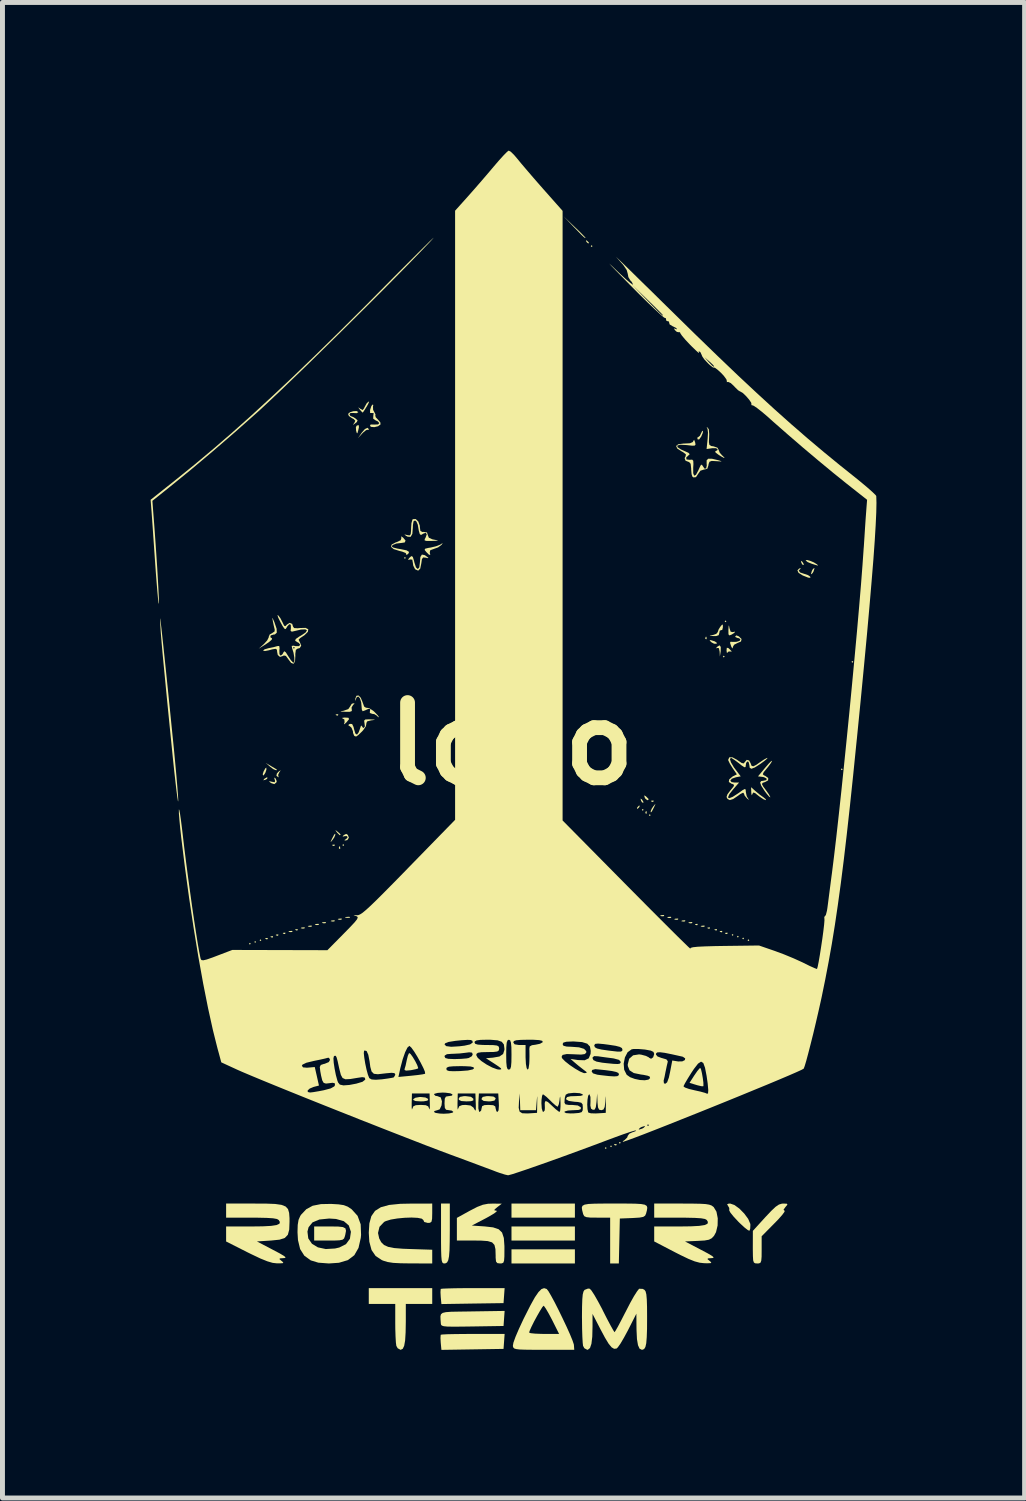
<source format=kicad_pcb>
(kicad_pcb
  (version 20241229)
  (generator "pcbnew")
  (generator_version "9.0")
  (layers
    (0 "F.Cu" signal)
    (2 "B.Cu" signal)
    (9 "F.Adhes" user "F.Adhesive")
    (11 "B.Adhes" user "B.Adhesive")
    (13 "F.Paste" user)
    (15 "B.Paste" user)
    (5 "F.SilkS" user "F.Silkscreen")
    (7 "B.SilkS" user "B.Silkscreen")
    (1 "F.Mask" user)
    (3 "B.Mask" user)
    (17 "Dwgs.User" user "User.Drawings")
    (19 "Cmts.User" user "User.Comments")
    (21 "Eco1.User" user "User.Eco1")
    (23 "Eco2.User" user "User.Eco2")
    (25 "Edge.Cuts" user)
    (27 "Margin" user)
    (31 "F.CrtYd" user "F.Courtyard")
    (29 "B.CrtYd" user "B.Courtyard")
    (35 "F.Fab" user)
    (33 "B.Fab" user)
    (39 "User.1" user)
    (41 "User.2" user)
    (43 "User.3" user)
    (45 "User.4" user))
  (footprint "logo"
    (layer "F.Cu")
    (at 7.308 12.012)
    (property "Reference" "logo" (at 0 0 0) (layer "F.SilkS") (effects (font (size 1.524 1.524) (thickness 0.3))))
    (attr board_only exclude_from_pos_files exclude_from_bom)
    (fp_poly (pts (xy -5.28 4.049) (xy -5.298 4.067) (xy -5.315 4.049) (xy -5.298 4.031)) (stroke (width 0) (type solid)) (fill yes) (layer "F.SilkS"))
    (fp_poly (pts (xy -5.173 4.013) (xy -5.191 4.031) (xy -5.208 4.013) (xy -5.191 3.996)) (stroke (width 0) (type solid)) (fill yes) (layer "F.SilkS"))
    (fp_poly (pts (xy -5.066 3.978) (xy -5.084 3.996) (xy -5.101 3.978) (xy -5.084 3.96)) (stroke (width 0) (type solid)) (fill yes) (layer "F.SilkS"))
    (fp_poly (pts (xy -3.389 2.051) (xy -3.407 2.069) (xy -3.425 2.051) (xy -3.407 2.033)) (stroke (width 0) (type solid)) (fill yes) (layer "F.SilkS"))
    (fp_poly (pts (xy -2.14 -3.764) (xy -2.158 -3.746) (xy -2.176 -3.764) (xy -2.158 -3.781)) (stroke (width 0) (type solid)) (fill yes) (layer "F.SilkS"))
    (fp_poly (pts (xy 1.284 9.596) (xy 0 9.596) (xy 0 9.311) (xy 1.284 9.311)) (stroke (width 0) (type solid)) (fill yes) (layer "F.SilkS"))
    (fp_poly (pts (xy 1.284 10.06) (xy 0 10.06) (xy 0 9.775) (xy 1.284 9.775)) (stroke (width 0) (type solid)) (fill yes) (layer "F.SilkS"))
    (fp_poly (pts (xy 1.284 10.524) (xy 0 10.524) (xy 0 10.238) (xy 1.284 10.238)) (stroke (width 0) (type solid)) (fill yes) (layer "F.SilkS"))
    (fp_poly (pts (xy 1.641 -10.078) (xy 1.623 -10.06) (xy 1.605 -10.078) (xy 1.623 -10.096)) (stroke (width 0) (type solid)) (fill yes) (layer "F.SilkS"))
    (fp_poly (pts (xy 1.926 8.187) (xy 1.909 8.205) (xy 1.891 8.187) (xy 1.909 8.169)) (stroke (width 0) (type solid)) (fill yes) (layer "F.SilkS"))
    (fp_poly (pts (xy 2.033 8.152) (xy 2.016 8.169) (xy 1.998 8.152) (xy 2.016 8.134)) (stroke (width 0) (type solid)) (fill yes) (layer "F.SilkS"))
    (fp_poly (pts (xy 2.212 8.08) (xy 2.194 8.098) (xy 2.176 8.08) (xy 2.194 8.062)) (stroke (width 0) (type solid)) (fill yes) (layer "F.SilkS"))
    (fp_poly (pts (xy 2.676 1.338) (xy 2.658 1.356) (xy 2.64 1.338) (xy 2.658 1.32)) (stroke (width 0) (type solid)) (fill yes) (layer "F.SilkS"))
    (fp_poly (pts (xy 2.818 1.445) (xy 2.8 1.463) (xy 2.783 1.445) (xy 2.8 1.427)) (stroke (width 0) (type solid)) (fill yes) (layer "F.SilkS"))
    (fp_poly (pts (xy 4.317 -1.766) (xy 4.299 -1.748) (xy 4.281 -1.766) (xy 4.299 -1.784)) (stroke (width 0) (type solid)) (fill yes) (layer "F.SilkS"))
    (fp_poly (pts (xy 4.352 -2.479) (xy 4.334 -2.462) (xy 4.317 -2.479) (xy 4.334 -2.497)) (stroke (width 0) (type solid)) (fill yes) (layer "F.SilkS"))
    (fp_poly (pts (xy 4.495 3.871) (xy 4.477 3.888) (xy 4.459 3.871) (xy 4.477 3.853)) (stroke (width 0) (type solid)) (fill yes) (layer "F.SilkS"))
    (fp_poly (pts (xy 4.602 3.906) (xy 4.584 3.924) (xy 4.566 3.906) (xy 4.584 3.888)) (stroke (width 0) (type solid)) (fill yes) (layer "F.SilkS"))
    (fp_poly (pts (xy 4.709 3.942) (xy 4.691 3.96) (xy 4.673 3.942) (xy 4.691 3.924)) (stroke (width 0) (type solid)) (fill yes) (layer "F.SilkS"))
    (fp_poly (pts (xy 4.816 3.978) (xy 4.798 3.996) (xy 4.78 3.978) (xy 4.798 3.96)) (stroke (width 0) (type solid)) (fill yes) (layer "F.SilkS"))
    (fp_poly (pts (xy 6.707 0.517) (xy 6.689 0.535) (xy 6.671 0.517) (xy 6.689 0.499)) (stroke (width 0) (type solid)) (fill yes) (layer "F.SilkS"))
    (fp_poly (pts (xy 6.921 -1.659) (xy 6.903 -1.641) (xy 6.885 -1.659) (xy 6.903 -1.677)) (stroke (width 0) (type solid)) (fill yes) (layer "F.SilkS"))
    (fp_poly (pts (xy -4.935 3.936) (xy -4.94 3.957) (xy -4.959 3.96) (xy -4.988 3.947) (xy -4.982 3.936) (xy -4.94 3.932)) (stroke (width 0) (type solid)) (fill yes) (layer "F.SilkS"))
    (fp_poly (pts (xy -4.828 3.9) (xy -4.833 3.922) (xy -4.852 3.924) (xy -4.881 3.911) (xy -4.875 3.9) (xy -4.833 3.896)) (stroke (width 0) (type solid)) (fill yes) (layer "F.SilkS"))
    (fp_poly (pts (xy -4.721 3.865) (xy -4.726 3.886) (xy -4.745 3.888) (xy -4.774 3.875) (xy -4.768 3.865) (xy -4.726 3.86)) (stroke (width 0) (type solid)) (fill yes) (layer "F.SilkS"))
    (fp_poly (pts (xy -4.578 3.829) (xy -4.583 3.85) (xy -4.602 3.853) (xy -4.631 3.84) (xy -4.626 3.829) (xy -4.583 3.825)) (stroke (width 0) (type solid)) (fill yes) (layer "F.SilkS"))
    (fp_poly (pts (xy -4.433 3.796) (xy -4.444 3.812) (xy -4.48 3.814) (xy -4.518 3.806) (xy -4.502 3.793) (xy -4.446 3.789)) (stroke (width 0) (type solid)) (fill yes) (layer "F.SilkS"))
    (fp_poly (pts (xy -4.328 3.758) (xy -4.333 3.779) (xy -4.352 3.781) (xy -4.382 3.768) (xy -4.376 3.758) (xy -4.334 3.753)) (stroke (width 0) (type solid)) (fill yes) (layer "F.SilkS"))
    (fp_poly (pts (xy -4.184 3.724) (xy -4.194 3.74) (xy -4.23 3.743) (xy -4.268 3.734) (xy -4.252 3.721) (xy -4.196 3.717)) (stroke (width 0) (type solid)) (fill yes) (layer "F.SilkS"))
    (fp_poly (pts (xy -4.041 3.689) (xy -4.051 3.705) (xy -4.088 3.707) (xy -4.126 3.699) (xy -4.109 3.686) (xy -4.053 3.681)) (stroke (width 0) (type solid)) (fill yes) (layer "F.SilkS"))
    (fp_poly (pts (xy -3.898 3.653) (xy -3.909 3.669) (xy -3.945 3.672) (xy -3.983 3.663) (xy -3.967 3.65) (xy -3.911 3.646)) (stroke (width 0) (type solid)) (fill yes) (layer "F.SilkS"))
    (fp_poly (pts (xy -3.755 3.617) (xy -3.766 3.633) (xy -3.802 3.636) (xy -3.84 3.627) (xy -3.824 3.614) (xy -3.768 3.61)) (stroke (width 0) (type solid)) (fill yes) (layer "F.SilkS"))
    (fp_poly (pts (xy -3.579 2.045) (xy -3.584 2.067) (xy -3.603 2.069) (xy -3.632 2.056) (xy -3.627 2.045) (xy -3.585 2.041)) (stroke (width 0) (type solid)) (fill yes) (layer "F.SilkS"))
    (fp_poly (pts (xy -3.577 3.582) (xy -3.588 3.598) (xy -3.624 3.6) (xy -3.662 3.592) (xy -3.645 3.579) (xy -3.59 3.574)) (stroke (width 0) (type solid)) (fill yes) (layer "F.SilkS"))
    (fp_poly (pts (xy -3.508 -0.595) (xy -3.513 -0.573) (xy -3.532 -0.571) (xy -3.561 -0.584) (xy -3.556 -0.595) (xy -3.513 -0.599)) (stroke (width 0) (type solid)) (fill yes) (layer "F.SilkS"))
    (fp_poly (pts (xy -3.472 2.081) (xy -3.468 2.123) (xy -3.472 2.129) (xy -3.493 2.124) (xy -3.496 2.105) (xy -3.483 2.075)) (stroke (width 0) (type solid)) (fill yes) (layer "F.SilkS"))
    (fp_poly (pts (xy -3.434 3.546) (xy -3.445 3.562) (xy -3.481 3.565) (xy -3.519 3.556) (xy -3.503 3.543) (xy -3.447 3.539)) (stroke (width 0) (type solid)) (fill yes) (layer "F.SilkS"))
    (fp_poly (pts (xy -3.273 3.508) (xy -3.269 3.521) (xy -3.318 3.526) (xy -3.368 3.521) (xy -3.362 3.508) (xy -3.289 3.503)) (stroke (width 0) (type solid)) (fill yes) (layer "F.SilkS"))
    (fp_poly (pts (xy 2.129 8.11) (xy 2.124 8.131) (xy 2.105 8.134) (xy 2.075 8.121) (xy 2.081 8.11) (xy 2.123 8.106)) (stroke (width 0) (type solid)) (fill yes) (layer "F.SilkS"))
    (fp_poly (pts (xy 2.735 1.368) (xy 2.739 1.41) (xy 2.735 1.415) (xy 2.714 1.41) (xy 2.711 1.391) (xy 2.724 1.362)) (stroke (width 0) (type solid)) (fill yes) (layer "F.SilkS"))
    (fp_poly (pts (xy 2.878 1.153) (xy 2.873 1.175) (xy 2.854 1.177) (xy 2.825 1.164) (xy 2.83 1.153) (xy 2.872 1.149)) (stroke (width 0) (type solid)) (fill yes) (layer "F.SilkS"))
    (fp_poly (pts (xy 3.094 3.475) (xy 3.083 3.491) (xy 3.047 3.493) (xy 3.009 3.485) (xy 3.026 3.472) (xy 3.081 3.467)) (stroke (width 0) (type solid)) (fill yes) (layer "F.SilkS"))
    (fp_poly (pts (xy 3.237 3.51) (xy 3.226 3.526) (xy 3.19 3.529) (xy 3.152 3.52) (xy 3.168 3.507) (xy 3.224 3.503)) (stroke (width 0) (type solid)) (fill yes) (layer "F.SilkS"))
    (fp_poly (pts (xy 3.379 3.546) (xy 3.369 3.562) (xy 3.333 3.565) (xy 3.294 3.556) (xy 3.311 3.543) (xy 3.367 3.539)) (stroke (width 0) (type solid)) (fill yes) (layer "F.SilkS"))
    (fp_poly (pts (xy 3.522 3.582) (xy 3.511 3.598) (xy 3.475 3.6) (xy 3.437 3.592) (xy 3.454 3.579) (xy 3.509 3.574)) (stroke (width 0) (type solid)) (fill yes) (layer "F.SilkS"))
    (fp_poly (pts (xy 3.665 3.617) (xy 3.654 3.633) (xy 3.618 3.636) (xy 3.58 3.627) (xy 3.596 3.614) (xy 3.652 3.61)) (stroke (width 0) (type solid)) (fill yes) (layer "F.SilkS"))
    (fp_poly (pts (xy 3.77 3.651) (xy 3.765 3.672) (xy 3.746 3.674) (xy 3.716 3.661) (xy 3.722 3.651) (xy 3.764 3.646)) (stroke (width 0) (type solid)) (fill yes) (layer "F.SilkS"))
    (fp_poly (pts (xy 3.914 3.689) (xy 3.904 3.705) (xy 3.868 3.707) (xy 3.83 3.699) (xy 3.846 3.686) (xy 3.902 3.681)) (stroke (width 0) (type solid)) (fill yes) (layer "F.SilkS"))
    (fp_poly (pts (xy 3.948 -2.164) (xy 3.952 -2.122) (xy 3.948 -2.117) (xy 3.927 -2.122) (xy 3.924 -2.14) (xy 3.937 -2.17)) (stroke (width 0) (type solid)) (fill yes) (layer "F.SilkS"))
    (fp_poly (pts (xy 4.019 3.722) (xy 4.014 3.743) (xy 3.996 3.746) (xy 3.966 3.733) (xy 3.972 3.722) (xy 4.014 3.718)) (stroke (width 0) (type solid)) (fill yes) (layer "F.SilkS"))
    (fp_poly (pts (xy 4.162 3.758) (xy 4.157 3.779) (xy 4.138 3.781) (xy 4.109 3.768) (xy 4.114 3.758) (xy 4.157 3.753)) (stroke (width 0) (type solid)) (fill yes) (layer "F.SilkS"))
    (fp_poly (pts (xy 4.269 3.793) (xy 4.264 3.815) (xy 4.245 3.817) (xy 4.216 3.804) (xy 4.221 3.793) (xy 4.264 3.789)) (stroke (width 0) (type solid)) (fill yes) (layer "F.SilkS"))
    (fp_poly (pts (xy 4.376 3.829) (xy 4.371 3.85) (xy 4.352 3.853) (xy 4.323 3.84) (xy 4.328 3.829) (xy 4.371 3.825)) (stroke (width 0) (type solid)) (fill yes) (layer "F.SilkS"))
    (fp_poly (pts (xy -4.94 0.685) (xy -4.951 0.711) (xy -4.984 0.729) (xy -5.026 0.74) (xy -5.009 0.714) (xy -5.004 0.709) (xy -4.957 0.681)) (stroke (width 0) (type solid)) (fill yes) (layer "F.SilkS"))
    (fp_poly (pts (xy 1.528 -10.188) (xy 1.567 -10.152) (xy 1.559 -10.132) (xy 1.554 -10.131) (xy 1.524 -10.157) (xy 1.513 -10.173) (xy 1.509 -10.197)) (stroke (width 0) (type solid)) (fill yes) (layer "F.SilkS"))
    (fp_poly (pts (xy 2.64 1.127) (xy 2.644 1.132) (xy 2.672 1.179) (xy 2.669 1.196) (xy 2.642 1.185) (xy 2.624 1.152) (xy 2.613 1.11)) (stroke (width 0) (type solid)) (fill yes) (layer "F.SilkS"))
    (fp_poly (pts (xy 5.886 -3.689) (xy 5.891 -3.684) (xy 5.919 -3.637) (xy 5.915 -3.62) (xy 5.888 -3.631) (xy 5.871 -3.664) (xy 5.86 -3.706)) (stroke (width 0) (type solid)) (fill yes) (layer "F.SilkS"))
    (fp_poly (pts (xy -4.963 0.524) (xy -4.985 0.588) (xy -5.016 0.636) (xy -5.029 0.642) (xy -5.038 0.615) (xy -5.018 0.556) (xy -4.984 0.496) (xy -4.965 0.482)) (stroke (width 0) (type solid)) (fill yes) (layer "F.SilkS"))
    (fp_poly (pts (xy -4.87 0.451) (xy -4.783 0.502) (xy -4.748 0.527) (xy -4.752 0.534) (xy -4.77 0.535) (xy -4.822 0.514) (xy -4.892 0.462) (xy -4.977 0.388)) (stroke (width 0) (type solid)) (fill yes) (layer "F.SilkS"))
    (fp_poly (pts (xy -3.567 1.842) (xy -3.588 1.895) (xy -3.623 1.946) (xy -3.66 1.99) (xy -3.66 1.978) (xy -3.636 1.926) (xy -3.593 1.843) (xy -3.572 1.82)) (stroke (width 0) (type solid)) (fill yes) (layer "F.SilkS"))
    (fp_poly (pts (xy -3.549 1.759) (xy -3.523 1.779) (xy -3.473 1.823) (xy -3.46 1.842) (xy -3.478 1.852) (xy -3.525 1.806) (xy -3.536 1.793) (xy -3.567 1.75)) (stroke (width 0) (type solid)) (fill yes) (layer "F.SilkS"))
    (fp_poly (pts (xy -3.089 -6.413) (xy -3.103 -6.35) (xy -3.12 -6.288) (xy -3.133 -6.293) (xy -3.147 -6.341) (xy -3.151 -6.412) (xy -3.134 -6.443) (xy -3.095 -6.454)) (stroke (width 0) (type solid)) (fill yes) (layer "F.SilkS"))
    (fp_poly (pts (xy 2.593 1.272) (xy 2.586 1.284) (xy 2.553 1.318) (xy 2.546 1.32) (xy 2.544 1.297) (xy 2.551 1.284) (xy 2.584 1.25) (xy 2.591 1.249)) (stroke (width 0) (type solid)) (fill yes) (layer "F.SilkS"))
    (fp_poly (pts (xy 2.718 1.061) (xy 2.728 1.07) (xy 2.778 1.12) (xy 2.766 1.14) (xy 2.751 1.142) (xy 2.712 1.113) (xy 2.696 1.083) (xy 2.687 1.045)) (stroke (width 0) (type solid)) (fill yes) (layer "F.SilkS"))
    (fp_poly (pts (xy 2.911 1.232) (xy 2.887 1.284) (xy 2.844 1.368) (xy 2.823 1.391) (xy 2.818 1.368) (xy 2.839 1.316) (xy 2.874 1.264) (xy 2.911 1.22)) (stroke (width 0) (type solid)) (fill yes) (layer "F.SilkS"))
    (fp_poly (pts (xy 4.109 -2.076) (xy 4.118 -2.073) (xy 4.159 -2.044) (xy 4.153 -2.025) (xy 4.102 -2.027) (xy 4.051 -2.054) (xy 4.011 -2.092) (xy 4.032 -2.1)) (stroke (width 0) (type solid)) (fill yes) (layer "F.SilkS"))
    (fp_poly (pts (xy 6.135 -3.55) (xy 6.117 -3.491) (xy 6.1 -3.46) (xy 6.072 -3.432) (xy 6.066 -3.443) (xy 6.083 -3.501) (xy 6.1 -3.532) (xy 6.129 -3.56)) (stroke (width 0) (type solid)) (fill yes) (layer "F.SilkS"))
    (fp_poly (pts (xy 4.388 -1.94) (xy 4.406 -1.926) (xy 4.45 -1.882) (xy 4.456 -1.86) (xy 4.427 -1.871) (xy 4.387 -1.864) (xy 4.376 -1.846) (xy 4.362 -1.841) (xy 4.355 -1.886) (xy 4.36 -1.944)) (stroke (width 0) (type solid)) (fill yes) (layer "F.SilkS"))
    (fp_poly (pts (xy -4.684 0.553) (xy -4.7 0.574) (xy -4.726 0.63) (xy -4.721 0.654) (xy -4.714 0.677) (xy -4.719 0.678) (xy -4.755 0.653) (xy -4.76 0.646) (xy -4.751 0.602) (xy -4.718 0.566) (xy -4.676 0.535)) (stroke (width 0) (type solid)) (fill yes) (layer "F.SilkS"))
    (fp_poly (pts (xy -2.89 -6.372) (xy -2.89 -6.36) (xy -2.907 -6.356) (xy -2.911 -6.36) (xy -2.946 -6.35) (xy -3.006 -6.301) (xy -3.021 -6.285) (xy -3.109 -6.189) (xy -3.029 -6.304) (xy -2.967 -6.375) (xy -2.916 -6.399)) (stroke (width 0) (type solid)) (fill yes) (layer "F.SilkS"))
    (fp_poly (pts (xy -0.821 7.149) (xy -0.772 7.188) (xy -0.773 7.222) (xy -0.82 7.238) (xy -0.911 7.242) (xy -1.016 7.235) (xy -1.064 7.211) (xy -1.07 7.188) (xy -1.046 7.151) (xy -0.966 7.136) (xy -0.931 7.135)) (stroke (width 0) (type solid)) (fill yes) (layer "F.SilkS"))
    (fp_poly (pts (xy 1.275 -10.471) (xy 1.376 -10.375) (xy 1.452 -10.298) (xy 1.494 -10.254) (xy 1.498 -10.249) (xy 1.492 -10.241) (xy 1.466 -10.259) (xy 1.413 -10.309) (xy 1.324 -10.401) (xy 1.265 -10.461) (xy 1.052 -10.684)) (stroke (width 0) (type solid)) (fill yes) (layer "F.SilkS"))
    (fp_poly (pts (xy 4.238 -1.962) (xy 4.236 -1.87) (xy 4.235 -1.867) (xy 4.22 -1.766) (xy 4.215 -1.866) (xy 4.2 -1.936) (xy 4.165 -1.941) (xy 4.138 -1.931) (xy 4.164 -1.963) (xy 4.164 -1.963) (xy 4.213 -1.994)) (stroke (width 0) (type solid)) (fill yes) (layer "F.SilkS"))
    (fp_poly (pts (xy -3.302 -0.527) (xy -3.289 -0.499) (xy -3.338 -0.439) (xy -3.342 -0.434) (xy -3.386 -0.394) (xy -3.39 -0.406) (xy -3.38 -0.435) (xy -3.384 -0.492) (xy -3.418 -0.511) (xy -3.434 -0.523) (xy -3.385 -0.531) (xy -3.38 -0.531)) (stroke (width 0) (type solid)) (fill yes) (layer "F.SilkS"))
    (fp_poly (pts (xy -1.743 7.163) (xy -1.689 7.191) (xy -1.686 7.197) (xy -1.701 7.227) (xy -1.776 7.24) (xy -1.837 7.242) (xy -1.945 7.235) (xy -1.988 7.214) (xy -1.989 7.197) (xy -1.946 7.168) (xy -1.858 7.153) (xy -1.837 7.153)) (stroke (width 0) (type solid)) (fill yes) (layer "F.SilkS"))
    (fp_poly (pts (xy -0.365 7.144) (xy -0.324 7.173) (xy -0.321 7.188) (xy -0.345 7.226) (xy -0.423 7.241) (xy -0.464 7.242) (xy -0.563 7.233) (xy -0.604 7.204) (xy -0.606 7.188) (xy -0.583 7.151) (xy -0.505 7.136) (xy -0.464 7.135)) (stroke (width 0) (type solid)) (fill yes) (layer "F.SilkS"))
    (fp_poly (pts (xy 3.874 -6.298) (xy 3.844 -6.225) (xy 3.843 -6.223) (xy 3.799 -6.162) (xy 3.767 -6.166) (xy 3.767 -6.167) (xy 3.764 -6.203) (xy 3.777 -6.207) (xy 3.815 -6.237) (xy 3.836 -6.281) (xy 3.861 -6.333) (xy 3.877 -6.338)) (stroke (width 0) (type solid)) (fill yes) (layer "F.SilkS"))
    (fp_poly (pts (xy 6.049 -3.704) (xy 6.125 -3.672) (xy 6.187 -3.633) (xy 6.188 -3.632) (xy 6.209 -3.612) (xy 6.198 -3.61) (xy 6.142 -3.626) (xy 6.074 -3.648) (xy 5.996 -3.68) (xy 5.958 -3.711) (xy 5.958 -3.715) (xy 5.985 -3.722)) (stroke (width 0) (type solid)) (fill yes) (layer "F.SilkS"))
    (fp_poly (pts (xy -3.314 1.845) (xy -3.293 1.902) (xy -3.324 1.95) (xy -3.364 1.959) (xy -3.386 1.951) (xy -3.362 1.938) (xy -3.32 1.902) (xy -3.329 1.87) (xy -3.38 1.871) (xy -3.421 1.882) (xy -3.402 1.855) (xy -3.398 1.85) (xy -3.347 1.825)) (stroke (width 0) (type solid)) (fill yes) (layer "F.SilkS"))
    (fp_poly (pts (xy 4.414 -2.343) (xy 4.438 -2.27) (xy 4.48 -2.261) (xy 4.526 -2.271) (xy 4.519 -2.252) (xy 4.463 -2.214) (xy 4.459 -2.212) (xy 4.413 -2.194) (xy 4.394 -2.216) (xy 4.393 -2.292) (xy 4.393 -2.309) (xy 4.398 -2.386) (xy 4.404 -2.396)) (stroke (width 0) (type solid)) (fill yes) (layer "F.SilkS"))
    (fp_poly (pts (xy -4.781 0.699) (xy -4.778 0.701) (xy -4.754 0.757) (xy -4.761 0.782) (xy -4.802 0.817) (xy -4.863 0.798) (xy -4.887 0.782) (xy -4.913 0.759) (xy -4.877 0.763) (xy -4.855 0.769) (xy -4.795 0.779) (xy -4.787 0.752) (xy -4.795 0.727) (xy -4.806 0.683)) (stroke (width 0) (type solid)) (fill yes) (layer "F.SilkS"))
    (fp_poly (pts (xy -3.514 9.776) (xy -3.414 9.787) (xy -3.363 9.813) (xy -3.351 9.862) (xy -3.366 9.943) (xy -3.376 9.98) (xy -3.391 10.019) (xy -3.422 10.043) (xy -3.484 10.055) (xy -3.591 10.06) (xy -3.696 10.06) (xy -3.996 10.06) (xy -3.996 9.775) (xy -3.674 9.775)) (stroke (width 0) (type solid)) (fill yes) (layer "F.SilkS"))
    (fp_poly (pts (xy -0.15 11.175) (xy -0.161 11.327) (xy -0.79 11.336) (xy -1.419 11.346) (xy -1.433 11.201) (xy -1.438 11.106) (xy -1.434 11.047) (xy -1.431 11.039) (xy -1.392 11.034) (xy -1.293 11.03) (xy -1.146 11.026) (xy -0.963 11.024) (xy -0.777 11.023) (xy -0.139 11.023)) (stroke (width 0) (type solid)) (fill yes) (layer "F.SilkS"))
    (fp_poly (pts (xy -0.15 12.102) (xy -0.161 12.254) (xy -0.79 12.264) (xy -1.419 12.274) (xy -1.433 12.128) (xy -1.438 12.034) (xy -1.434 11.974) (xy -1.431 11.967) (xy -1.392 11.962) (xy -1.293 11.957) (xy -1.146 11.954) (xy -0.963 11.952) (xy -0.777 11.951) (xy -0.139 11.951)) (stroke (width 0) (type solid)) (fill yes) (layer "F.SilkS"))
    (fp_poly (pts (xy 3.839 6.595) (xy 3.857 6.672) (xy 3.874 6.77) (xy 3.886 6.862) (xy 3.887 6.925) (xy 3.883 6.936) (xy 3.844 6.934) (xy 3.764 6.915) (xy 3.738 6.907) (xy 3.605 6.867) (xy 3.702 6.716) (xy 3.762 6.629) (xy 3.808 6.574) (xy 3.823 6.564)) (stroke (width 0) (type solid)) (fill yes) (layer "F.SilkS"))
    (fp_poly (pts (xy -3.176 -0.813) (xy -3.207 -0.788) (xy -3.239 -0.733) (xy -3.235 -0.699) (xy -3.233 -0.663) (xy -3.273 -0.648) (xy -3.363 -0.648) (xy -3.447 -0.652) (xy -3.463 -0.658) (xy -3.416 -0.666) (xy -3.402 -0.668) (xy -3.305 -0.702) (xy -3.271 -0.751) (xy -3.236 -0.808) (xy -3.205 -0.82)) (stroke (width 0) (type solid)) (fill yes) (layer "F.SilkS"))
    (fp_poly (pts (xy 5.863 -3.551) (xy 5.851 -3.544) (xy 5.816 -3.506) (xy 5.845 -3.469) (xy 5.922 -3.443) (xy 6.004 -3.416) (xy 6.048 -3.386) (xy 6.053 -3.36) (xy 6.008 -3.365) (xy 5.909 -3.404) (xy 5.893 -3.411) (xy 5.814 -3.461) (xy 5.79 -3.511) (xy 5.823 -3.547) (xy 5.845 -3.554)) (stroke (width 0) (type solid)) (fill yes) (layer "F.SilkS"))
    (fp_poly (pts (xy -2.902 -6.882) (xy -2.926 -6.838) (xy -2.976 -6.758) (xy -3.008 -6.711) (xy -3.014 -6.707) (xy -3.04 -6.731) (xy -3.073 -6.769) (xy -3.103 -6.811) (xy -3.086 -6.803) (xy -3.062 -6.785) (xy -3.013 -6.759) (xy -2.986 -6.794) (xy -2.98 -6.809) (xy -2.935 -6.891) (xy -2.903 -6.924) (xy -2.882 -6.93)) (stroke (width 0) (type solid)) (fill yes) (layer "F.SilkS"))
    (fp_poly (pts (xy -1.249 9.837) (xy -1.251 10.077) (xy -1.255 10.255) (xy -1.265 10.379) (xy -1.281 10.459) (xy -1.305 10.504) (xy -1.338 10.522) (xy -1.36 10.524) (xy -1.384 10.52) (xy -1.402 10.501) (xy -1.414 10.457) (xy -1.421 10.379) (xy -1.425 10.256) (xy -1.427 10.079) (xy -1.427 9.917) (xy -1.427 9.311) (xy -1.249 9.311)) (stroke (width 0) (type solid)) (fill yes) (layer "F.SilkS"))
    (fp_poly (pts (xy 4.28 -2.403) (xy 4.281 -2.359) (xy 4.268 -2.306) (xy 4.245 -2.301) (xy 4.217 -2.29) (xy 4.21 -2.25) (xy 4.196 -2.199) (xy 4.144 -2.181) (xy 4.094 -2.181) (xy 4.021 -2.186) (xy 4.016 -2.191) (xy 4.076 -2.202) (xy 4.147 -2.226) (xy 4.175 -2.259) (xy 4.196 -2.318) (xy 4.229 -2.37) (xy 4.268 -2.417)) (stroke (width 0) (type solid)) (fill yes) (layer "F.SilkS"))
    (fp_poly (pts (xy 4.932 0.951) (xy 5.025 1.028) (xy 5.1 1.082) (xy 5.15 1.123) (xy 5.15 1.141) (xy 5.148 1.142) (xy 5.096 1.12) (xy 5.019 1.067) (xy 5 1.052) (xy 4.93 0.997) (xy 4.895 0.987) (xy 4.878 1.019) (xy 4.876 1.025) (xy 4.864 1.043) (xy 4.856 0.995) (xy 4.856 0.984) (xy 4.852 0.879)) (stroke (width 0) (type solid)) (fill yes) (layer "F.SilkS"))
    (fp_poly (pts (xy -2.044 6.282) (xy -1.999 6.344) (xy -1.95 6.426) (xy -1.909 6.507) (xy -1.89 6.563) (xy -1.892 6.575) (xy -1.935 6.589) (xy -2.02 6.607) (xy -2.045 6.611) (xy -2.134 6.619) (xy -2.166 6.606) (xy -2.164 6.583) (xy -2.144 6.516) (xy -2.123 6.417) (xy -2.121 6.406) (xy -2.099 6.318) (xy -2.076 6.266) (xy -2.072 6.263)) (stroke (width 0) (type solid)) (fill yes) (layer "F.SilkS"))
    (fp_poly (pts (xy -1.406 -4.044) (xy -1.419 -4.027) (xy -1.486 -3.977) (xy -1.57 -3.947) (xy -1.644 -3.92) (xy -1.656 -3.877) (xy -1.654 -3.872) (xy -1.645 -3.823) (xy -1.674 -3.832) (xy -1.726 -3.884) (xy -1.759 -3.926) (xy -1.749 -3.95) (xy -1.686 -3.966) (xy -1.635 -3.974) (xy -1.527 -4) (xy -1.444 -4.032) (xy -1.429 -4.042) (xy -1.392 -4.067)) (stroke (width 0) (type solid)) (fill yes) (layer "F.SilkS"))
    (fp_poly (pts (xy -1.605 11.344) (xy -2.14 11.344) (xy -2.14 11.697) (xy -2.144 11.922) (xy -2.154 12.084) (xy -2.173 12.191) (xy -2.201 12.251) (xy -2.242 12.272) (xy -2.248 12.272) (xy -2.305 12.241) (xy -2.332 12.192) (xy -2.341 12.124) (xy -2.348 12.003) (xy -2.353 11.849) (xy -2.354 11.728) (xy -2.354 11.344) (xy -2.89 11.344) (xy -2.89 11.023) (xy -1.605 11.023)) (stroke (width 0) (type solid)) (fill yes) (layer "F.SilkS"))
    (fp_poly (pts (xy -0.15 11.638) (xy -0.161 11.79) (xy -0.794 11.8) (xy -1.02 11.803) (xy -1.185 11.804) (xy -1.298 11.802) (xy -1.37 11.795) (xy -1.409 11.783) (xy -1.426 11.765) (xy -1.431 11.74) (xy -1.431 11.738) (xy -1.437 11.655) (xy -1.439 11.595) (xy -1.428 11.552) (xy -1.394 11.525) (xy -1.328 11.51) (xy -1.22 11.502) (xy -1.062 11.499) (xy -0.844 11.496) (xy -0.791 11.495) (xy -0.139 11.485)) (stroke (width 0) (type solid)) (fill yes) (layer "F.SilkS"))
    (fp_poly (pts (xy 4.514 9.34) (xy 4.615 9.413) (xy 4.713 9.513) (xy 4.793 9.621) (xy 4.835 9.719) (xy 4.838 9.74) (xy 4.834 9.821) (xy 4.818 9.863) (xy 4.783 9.846) (xy 4.712 9.79) (xy 4.619 9.703) (xy 4.589 9.673) (xy 4.498 9.575) (xy 4.434 9.496) (xy 4.409 9.45) (xy 4.41 9.444) (xy 4.41 9.401) (xy 4.389 9.365) (xy 4.366 9.325) (xy 4.4 9.312) (xy 4.43 9.311)) (stroke (width 0) (type solid)) (fill yes) (layer "F.SilkS"))
    (fp_poly (pts (xy 4.604 -2.175) (xy 4.659 -2.122) (xy 4.648 -2.072) (xy 4.576 -2.04) (xy 4.575 -2.04) (xy 4.509 -2.006) (xy 4.487 -1.969) (xy 4.475 -1.929) (xy 4.457 -1.956) (xy 4.449 -1.974) (xy 4.426 -2.043) (xy 4.434 -2.065) (xy 4.45 -2.065) (xy 4.504 -2.063) (xy 4.557 -2.065) (xy 4.618 -2.083) (xy 4.637 -2.115) (xy 4.607 -2.138) (xy 4.584 -2.14) (xy 4.537 -2.16) (xy 4.531 -2.177) (xy 4.555 -2.195)) (stroke (width 0) (type solid)) (fill yes) (layer "F.SilkS"))
    (fp_poly (pts (xy -3.104 -6.719) (xy -3.104 -6.714) (xy -3.133 -6.695) (xy -3.193 -6.698) (xy -3.261 -6.698) (xy -3.282 -6.675) (xy -3.262 -6.637) (xy -3.253 -6.635) (xy -3.204 -6.616) (xy -3.161 -6.589) (xy -3.117 -6.55) (xy -3.131 -6.517) (xy -3.163 -6.491) (xy -3.207 -6.458) (xy -3.203 -6.472) (xy -3.184 -6.496) (xy -3.163 -6.542) (xy -3.195 -6.576) (xy -3.232 -6.595) (xy -3.293 -6.638) (xy -3.309 -6.68) (xy -3.272 -6.713) (xy -3.205 -6.734) (xy -3.139 -6.738)) (stroke (width 0) (type solid)) (fill yes) (layer "F.SilkS"))
    (fp_poly (pts (xy -4.812 -2.487) (xy -4.801 -2.462) (xy -4.756 -2.329) (xy -4.753 -2.249) (xy -4.792 -2.214) (xy -4.816 -2.212) (xy -4.874 -2.195) (xy -4.885 -2.16) (xy -4.849 -2.134) (xy -4.854 -2.11) (xy -4.908 -2.062) (xy -4.965 -2.023) (xy -5.119 -1.925) (xy -5.012 -2.021) (xy -4.947 -2.093) (xy -4.916 -2.155) (xy -4.916 -2.167) (xy -4.896 -2.214) (xy -4.853 -2.237) (xy -4.797 -2.275) (xy -4.795 -2.314) (xy -4.814 -2.391) (xy -4.832 -2.479) (xy -4.843 -2.543) (xy -4.838 -2.546)) (stroke (width 0) (type solid)) (fill yes) (layer "F.SilkS"))
    (fp_poly (pts (xy -2.203 -4.181) (xy -2.195 -4.175) (xy -2.145 -4.115) (xy -2.162 -4.077) (xy -2.227 -4.067) (xy -2.332 -4.055) (xy -2.405 -4.026) (xy -2.426 -3.995) (xy -2.394 -3.974) (xy -2.312 -3.953) (xy -2.247 -3.942) (xy -2.125 -3.917) (xy -2.073 -3.885) (xy -2.091 -3.846) (xy -2.114 -3.831) (xy -2.138 -3.824) (xy -2.129 -3.838) (xy -2.143 -3.863) (xy -2.212 -3.891) (xy -2.272 -3.906) (xy -2.388 -3.943) (xy -2.44 -3.989) (xy -2.425 -4.036) (xy -2.342 -4.079) (xy -2.327 -4.083) (xy -2.244 -4.122) (xy -2.229 -4.168) (xy -2.23 -4.169) (xy -2.236 -4.201)) (stroke (width 0) (type solid)) (fill yes) (layer "F.SilkS"))
    (fp_poly (pts (xy 3.968 -6.406) (xy 3.996 -6.37) (xy 4.004 -6.273) (xy 4.002 -6.215) (xy 3.998 -6.108) (xy 4.008 -6.053) (xy 4.043 -6.03) (xy 4.091 -6.023) (xy 4.168 -5.997) (xy 4.192 -5.958) (xy 4.217 -5.895) (xy 4.263 -5.843) (xy 4.313 -5.795) (xy 4.306 -5.787) (xy 4.246 -5.819) (xy 4.192 -5.853) (xy 4.134 -5.897) (xy 4.123 -5.92) (xy 4.129 -5.922) (xy 4.171 -5.947) (xy 4.174 -5.962) (xy 4.143 -5.986) (xy 4.062 -5.985) (xy 3.951 -5.969) (xy 3.972 -6.174) (xy 3.979 -6.3) (xy 3.97 -6.379) (xy 3.958 -6.398) (xy 3.951 -6.409)) (stroke (width 0) (type solid)) (fill yes) (layer "F.SilkS"))
    (fp_poly (pts (xy -2.798 -6.861) (xy -2.805 -6.833) (xy -2.802 -6.761) (xy -2.781 -6.723) (xy -2.754 -6.67) (xy -2.758 -6.648) (xy -2.75 -6.613) (xy -2.704 -6.565) (xy -2.656 -6.509) (xy -2.652 -6.467) (xy -2.702 -6.43) (xy -2.778 -6.412) (xy -2.844 -6.418) (xy -2.866 -6.438) (xy -2.851 -6.466) (xy -2.779 -6.464) (xy -2.701 -6.467) (xy -2.677 -6.496) (xy -2.714 -6.533) (xy -2.748 -6.547) (xy -2.801 -6.584) (xy -2.798 -6.644) (xy -2.791 -6.697) (xy -2.825 -6.698) (xy -2.826 -6.698) (xy -2.863 -6.699) (xy -2.864 -6.754) (xy -2.862 -6.764) (xy -2.838 -6.838) (xy -2.814 -6.87)) (stroke (width 0) (type solid)) (fill yes) (layer "F.SilkS"))
    (fp_poly (pts (xy -1.757 -3.82) (xy -1.727 -3.8) (xy -1.681 -3.763) (xy -1.697 -3.759) (xy -1.737 -3.769) (xy -1.789 -3.773) (xy -1.814 -3.739) (xy -1.826 -3.654) (xy -1.848 -3.547) (xy -1.889 -3.506) (xy -1.948 -3.532) (xy -1.954 -3.538) (xy -1.989 -3.607) (xy -1.998 -3.668) (xy -2.009 -3.729) (xy -2.051 -3.733) (xy -2.056 -3.731) (xy -2.095 -3.722) (xy -2.079 -3.752) (xy -2.069 -3.764) (xy -2.028 -3.801) (xy -1.999 -3.786) (xy -1.975 -3.71) (xy -1.966 -3.67) (xy -1.934 -3.572) (xy -1.897 -3.539) (xy -1.867 -3.572) (xy -1.855 -3.669) (xy -1.845 -3.783) (xy -1.814 -3.832)) (stroke (width 0) (type solid)) (fill yes) (layer "F.SilkS"))
    (fp_poly (pts (xy 5.576 9.314) (xy 5.588 9.333) (xy 5.547 9.382) (xy 5.509 9.435) (xy 5.524 9.453) (xy 5.532 9.454) (xy 5.529 9.477) (xy 5.484 9.539) (xy 5.403 9.631) (xy 5.323 9.713) (xy 5.066 9.973) (xy 5.066 10.248) (xy 5.065 10.387) (xy 5.058 10.469) (xy 5.042 10.509) (xy 5.011 10.523) (xy 4.977 10.524) (xy 4.935 10.521) (xy 4.909 10.505) (xy 4.894 10.461) (xy 4.889 10.376) (xy 4.887 10.237) (xy 4.887 10.194) (xy 4.888 9.864) (xy 5.14 9.587) (xy 5.261 9.459) (xy 5.349 9.376) (xy 5.416 9.331) (xy 5.475 9.313) (xy 5.502 9.311)) (stroke (width 0) (type solid)) (fill yes) (layer "F.SilkS"))
    (fp_poly (pts (xy 2.326 9.311) (xy 2.501 9.313) (xy 2.623 9.32) (xy 2.699 9.334) (xy 2.739 9.359) (xy 2.75 9.396) (xy 2.742 9.45) (xy 2.725 9.515) (xy 2.706 9.556) (xy 2.668 9.581) (xy 2.593 9.595) (xy 2.465 9.603) (xy 2.449 9.604) (xy 2.194 9.614) (xy 2.184 10.069) (xy 2.174 10.524) (xy 1.998 10.524) (xy 1.998 9.596) (xy 1.734 9.596) (xy 1.598 9.595) (xy 1.517 9.586) (xy 1.474 9.567) (xy 1.454 9.531) (xy 1.449 9.516) (xy 1.431 9.445) (xy 1.424 9.393) (xy 1.437 9.357) (xy 1.479 9.333) (xy 1.559 9.319) (xy 1.685 9.313) (xy 1.866 9.311) (xy 2.087 9.311)) (stroke (width 0) (type solid)) (fill yes) (layer "F.SilkS"))
    (fp_poly (pts (xy -3.052 -0.932) (xy -3.017 -0.846) (xy -2.984 -0.754) (xy -2.944 -0.728) (xy -2.933 -0.73) (xy -2.877 -0.719) (xy -2.8 -0.668) (xy -2.772 -0.643) (xy -2.71 -0.578) (xy -2.683 -0.54) (xy -2.685 -0.535) (xy -2.722 -0.56) (xy -2.729 -0.571) (xy -2.779 -0.601) (xy -2.819 -0.606) (xy -2.869 -0.624) (xy -2.867 -0.66) (xy -2.861 -0.706) (xy -2.902 -0.705) (xy -2.963 -0.677) (xy -3.015 -0.659) (xy -3.032 -0.696) (xy -3.033 -0.721) (xy -3.043 -0.836) (xy -3.068 -0.918) (xy -3.101 -0.957) (xy -3.134 -0.943) (xy -3.152 -0.901) (xy -3.165 -0.866) (xy -3.165 -0.9) (xy -3.164 -0.91) (xy -3.14 -0.972) (xy -3.098 -0.978)) (stroke (width 0) (type solid)) (fill yes) (layer "F.SilkS"))
    (fp_poly (pts (xy 5.256 0.387) (xy 5.201 0.462) (xy 5.171 0.499) (xy 5.108 0.575) (xy 5.089 0.616) (xy 5.11 0.638) (xy 5.137 0.649) (xy 5.199 0.693) (xy 5.197 0.741) (xy 5.137 0.774) (xy 5.086 0.791) (xy 5.072 0.816) (xy 5.098 0.866) (xy 5.16 0.949) (xy 5.214 1.026) (xy 5.24 1.077) (xy 5.24 1.085) (xy 5.214 1.067) (xy 5.162 1.005) (xy 5.128 0.959) (xy 5.058 0.85) (xy 5.035 0.785) (xy 5.057 0.755) (xy 5.101 0.749) (xy 5.163 0.735) (xy 5.166 0.705) (xy 5.115 0.677) (xy 5.083 0.671) (xy 4.992 0.66) (xy 5.136 0.487) (xy 5.209 0.402) (xy 5.26 0.351) (xy 5.278 0.344)) (stroke (width 0) (type solid)) (fill yes) (layer "F.SilkS"))
    (fp_poly (pts (xy -7.113 -2.527) (xy -7.105 -2.469) (xy -7.092 -2.364) (xy -7.075 -2.209) (xy -7.052 -1.999) (xy -7.024 -1.733) (xy -6.99 -1.407) (xy -6.95 -1.019) (xy -6.904 -0.564) (xy -6.866 -0.187) (xy -6.836 0.109) (xy -6.81 0.385) (xy -6.787 0.634) (xy -6.769 0.846) (xy -6.756 1.012) (xy -6.749 1.123) (xy -6.749 1.168) (xy -6.755 1.158) (xy -6.767 1.083) (xy -6.784 0.952) (xy -6.805 0.772) (xy -6.83 0.55) (xy -6.857 0.294) (xy -6.881 0.054) (xy -6.926 -0.394) (xy -6.964 -0.777) (xy -6.996 -1.102) (xy -7.022 -1.375) (xy -7.044 -1.601) (xy -7.062 -1.788) (xy -7.076 -1.942) (xy -7.087 -2.069) (xy -7.096 -2.175) (xy -7.103 -2.266) (xy -7.108 -2.35) (xy -7.113 -2.432) (xy -7.114 -2.444) (xy -7.117 -2.511) (xy -7.117 -2.54)) (stroke (width 0) (type solid)) (fill yes) (layer "F.SilkS"))
    (fp_poly (pts (xy -2.864 -0.494) (xy -2.781 -0.49) (xy -2.766 -0.485) (xy -2.817 -0.477) (xy -2.843 -0.474) (xy -2.923 -0.453) (xy -2.94 -0.415) (xy -2.938 -0.409) (xy -2.949 -0.354) (xy -3.001 -0.278) (xy -3.026 -0.25) (xy -3.101 -0.178) (xy -3.143 -0.148) (xy -3.17 -0.152) (xy -3.187 -0.166) (xy -3.208 -0.219) (xy -3.211 -0.254) (xy -3.239 -0.324) (xy -3.268 -0.35) (xy -3.307 -0.378) (xy -3.281 -0.399) (xy -3.269 -0.403) (xy -3.227 -0.4) (xy -3.199 -0.341) (xy -3.19 -0.302) (xy -3.162 -0.208) (xy -3.129 -0.185) (xy -3.094 -0.233) (xy -3.072 -0.294) (xy -3.05 -0.359) (xy -3.036 -0.371) (xy -3.036 -0.366) (xy -3.007 -0.324) (xy -2.993 -0.321) (xy -2.969 -0.35) (xy -2.976 -0.41) (xy -2.984 -0.468) (xy -2.96 -0.492) (xy -2.884 -0.495)) (stroke (width 0) (type solid)) (fill yes) (layer "F.SilkS"))
    (fp_poly (pts (xy -0.196 9.313) (xy -0.285 9.382) (xy -0.342 9.43) (xy -0.345 9.45) (xy -0.303 9.455) (xy -0.299 9.47) (xy -0.351 9.511) (xy -0.45 9.57) (xy -0.517 9.607) (xy -0.803 9.756) (xy -0.541 9.774) (xy -0.373 9.793) (xy -0.26 9.831) (xy -0.191 9.898) (xy -0.155 10.008) (xy -0.143 10.173) (xy -0.143 10.242) (xy -0.144 10.383) (xy -0.15 10.466) (xy -0.165 10.508) (xy -0.196 10.522) (xy -0.232 10.524) (xy -0.287 10.517) (xy -0.313 10.485) (xy -0.321 10.408) (xy -0.321 10.361) (xy -0.325 10.234) (xy -0.345 10.149) (xy -0.393 10.097) (xy -0.48 10.071) (xy -0.618 10.061) (xy -0.75 10.06) (xy -1.106 10.06) (xy -1.106 9.601) (xy -0.843 9.456) (xy -0.694 9.379) (xy -0.58 9.335) (xy -0.475 9.315) (xy -0.388 9.312)) (stroke (width 0) (type solid)) (fill yes) (layer "F.SilkS"))
    (fp_poly (pts (xy -1.605 9.507) (xy -1.608 9.62) (xy -1.62 9.678) (xy -1.65 9.7) (xy -1.695 9.703) (xy -1.767 9.684) (xy -1.784 9.646) (xy -1.816 9.617) (xy -1.902 9.6) (xy -2.024 9.594) (xy -2.167 9.599) (xy -2.312 9.613) (xy -2.444 9.635) (xy -2.545 9.666) (xy -2.578 9.682) (xy -2.673 9.782) (xy -2.703 9.907) (xy -2.679 10.017) (xy -2.638 10.094) (xy -2.581 10.15) (xy -2.497 10.188) (xy -2.374 10.212) (xy -2.199 10.226) (xy -2.042 10.232) (xy -1.605 10.246) (xy -1.605 10.524) (xy -2.042 10.523) (xy -2.247 10.52) (xy -2.396 10.512) (xy -2.506 10.495) (xy -2.593 10.469) (xy -2.625 10.456) (xy -2.751 10.373) (xy -2.834 10.252) (xy -2.879 10.084) (xy -2.89 9.901) (xy -2.878 9.712) (xy -2.838 9.566) (xy -2.763 9.459) (xy -2.645 9.385) (xy -2.477 9.339) (xy -2.251 9.316) (xy -2.042 9.312) (xy -1.605 9.311)) (stroke (width 0) (type solid)) (fill yes) (layer "F.SilkS"))
    (fp_poly (pts (xy -1.887 -4.501) (xy -1.857 -4.417) (xy -1.855 -4.384) (xy -1.845 -4.311) (xy -1.805 -4.289) (xy -1.775 -4.29) (xy -1.711 -4.28) (xy -1.695 -4.227) (xy -1.674 -4.173) (xy -1.604 -4.141) (xy -1.57 -4.134) (xy -1.501 -4.121) (xy -1.491 -4.114) (xy -1.546 -4.11) (xy -1.615 -4.108) (xy -1.715 -4.107) (xy -1.758 -4.117) (xy -1.757 -4.145) (xy -1.741 -4.172) (xy -1.716 -4.241) (xy -1.737 -4.273) (xy -1.791 -4.253) (xy -1.799 -4.247) (xy -1.833 -4.228) (xy -1.857 -4.247) (xy -1.877 -4.315) (xy -1.898 -4.438) (xy -1.927 -4.503) (xy -1.953 -4.522) (xy -1.983 -4.506) (xy -1.996 -4.43) (xy -1.998 -4.375) (xy -2.008 -4.251) (xy -2.042 -4.191) (xy -2.101 -4.193) (xy -2.131 -4.209) (xy -2.169 -4.236) (xy -2.145 -4.235) (xy -2.114 -4.227) (xy -2.064 -4.219) (xy -2.041 -4.244) (xy -2.034 -4.316) (xy -2.033 -4.366) (xy -2.026 -4.467) (xy -2.007 -4.537) (xy -1.996 -4.549) (xy -1.939 -4.551)) (stroke (width 0) (type solid)) (fill yes) (layer "F.SilkS"))
    (fp_poly (pts (xy -3.501 9.327) (xy -3.396 9.343) (xy -3.318 9.373) (xy -3.242 9.423) (xy -3.236 9.428) (xy -3.117 9.559) (xy -3.054 9.731) (xy -3.046 9.946) (xy -3.052 10.006) (xy -3.098 10.209) (xy -3.183 10.357) (xy -3.313 10.456) (xy -3.494 10.51) (xy -3.698 10.524) (xy -3.912 10.508) (xy -4.066 10.461) (xy -4.195 10.367) (xy -4.28 10.233) (xy -4.324 10.05) (xy -4.333 9.895) (xy -4.333 9.879) (xy -4.132 9.879) (xy -4.115 10.017) (xy -4.041 10.125) (xy -3.92 10.198) (xy -3.761 10.232) (xy -3.574 10.221) (xy -3.487 10.201) (xy -3.352 10.133) (xy -3.272 10.024) (xy -3.252 9.884) (xy -3.253 9.879) (xy -3.295 9.754) (xy -3.395 9.668) (xy -3.553 9.623) (xy -3.692 9.614) (xy -3.89 9.634) (xy -4.029 9.692) (xy -4.109 9.79) (xy -4.132 9.879) (xy -4.333 9.879) (xy -4.329 9.743) (xy -4.312 9.64) (xy -4.278 9.563) (xy -4.261 9.537) (xy -4.155 9.425) (xy -4.026 9.355) (xy -3.859 9.322) (xy -3.654 9.318)) (stroke (width 0) (type solid)) (fill yes) (layer "F.SilkS"))
    (fp_poly (pts (xy -4.966 9.312) (xy -4.786 9.319) (xy -4.659 9.337) (xy -4.575 9.37) (xy -4.526 9.422) (xy -4.503 9.5) (xy -4.495 9.607) (xy -4.495 9.679) (xy -4.501 9.838) (xy -4.529 9.943) (xy -4.59 10.007) (xy -4.696 10.042) (xy -4.861 10.059) (xy -4.875 10.06) (xy -5.155 10.078) (xy -4.834 10.246) (xy -4.692 10.321) (xy -4.608 10.371) (xy -4.575 10.399) (xy -4.587 10.413) (xy -4.62 10.416) (xy -4.691 10.421) (xy -4.698 10.437) (xy -4.658 10.471) (xy -4.621 10.503) (xy -4.631 10.518) (xy -4.698 10.522) (xy -4.747 10.522) (xy -4.836 10.512) (xy -4.945 10.48) (xy -5.086 10.423) (xy -5.271 10.335) (xy -5.342 10.3) (xy -5.779 10.079) (xy -5.779 9.775) (xy -5.269 9.775) (xy -5.035 9.772) (xy -4.867 9.763) (xy -4.757 9.746) (xy -4.7 9.72) (xy -4.69 9.684) (xy -4.714 9.644) (xy -4.752 9.623) (xy -4.83 9.609) (xy -4.959 9.601) (xy -5.146 9.597) (xy -5.266 9.596) (xy -5.779 9.596) (xy -5.779 9.311) (xy -5.208 9.311)) (stroke (width 0) (type solid)) (fill yes) (layer "F.SilkS"))
    (fp_poly (pts (xy 0.711 11.04) (xy 0.714 11.042) (xy 0.748 11.085) (xy 0.803 11.179) (xy 0.875 11.312) (xy 0.955 11.47) (xy 1.037 11.639) (xy 1.116 11.806) (xy 1.184 11.957) (xy 1.234 12.079) (xy 1.261 12.158) (xy 1.264 12.173) (xy 1.271 12.272) (xy 0.656 12.272) (xy 0.433 12.272) (xy 0.272 12.27) (xy 0.161 12.266) (xy 0.092 12.257) (xy 0.053 12.244) (xy 0.036 12.224) (xy 0.028 12.196) (xy 0.028 12.192) (xy 0.039 12.128) (xy 0.081 12.011) (xy 0.118 11.924) (xy 0.357 11.924) (xy 0.39 11.936) (xy 0.478 11.945) (xy 0.604 11.95) (xy 0.66 11.951) (xy 0.964 11.951) (xy 0.821 11.665) (xy 0.754 11.539) (xy 0.697 11.441) (xy 0.659 11.387) (xy 0.65 11.38) (xy 0.624 11.409) (xy 0.577 11.485) (xy 0.518 11.588) (xy 0.456 11.702) (xy 0.403 11.809) (xy 0.367 11.89) (xy 0.357 11.924) (xy 0.118 11.924) (xy 0.15 11.85) (xy 0.242 11.652) (xy 0.274 11.588) (xy 0.385 11.369) (xy 0.474 11.209) (xy 0.547 11.103) (xy 0.607 11.043) (xy 0.66 11.024)) (stroke (width 0) (type solid)) (fill yes) (layer "F.SilkS"))
    (fp_poly (pts (xy 3.668 9.312) (xy 3.823 9.315) (xy 3.931 9.321) (xy 4.003 9.333) (xy 4.051 9.35) (xy 4.087 9.376) (xy 4.096 9.384) (xy 4.151 9.476) (xy 4.177 9.609) (xy 4.174 9.755) (xy 4.142 9.89) (xy 4.101 9.965) (xy 4.054 10.014) (xy 3.998 10.043) (xy 3.91 10.059) (xy 3.771 10.067) (xy 3.771 10.067) (xy 3.514 10.078) (xy 3.835 10.246) (xy 3.977 10.321) (xy 4.061 10.371) (xy 4.093 10.399) (xy 4.082 10.413) (xy 4.049 10.416) (xy 3.978 10.421) (xy 3.97 10.437) (xy 4.011 10.471) (xy 4.046 10.502) (xy 4.036 10.517) (xy 3.973 10.52) (xy 3.904 10.519) (xy 3.812 10.509) (xy 3.711 10.482) (xy 3.586 10.432) (xy 3.423 10.354) (xy 3.309 10.296) (xy 2.89 10.078) (xy 2.89 9.775) (xy 3.4 9.775) (xy 3.634 9.772) (xy 3.802 9.763) (xy 3.912 9.746) (xy 3.969 9.72) (xy 3.978 9.684) (xy 3.955 9.644) (xy 3.917 9.623) (xy 3.838 9.609) (xy 3.71 9.601) (xy 3.522 9.597) (xy 3.403 9.596) (xy 2.89 9.596) (xy 2.89 9.311) (xy 3.454 9.311)) (stroke (width 0) (type solid)) (fill yes) (layer "F.SilkS"))
    (fp_poly (pts (xy -1.601 -10.219) (xy -1.665 -10.149) (xy -1.852 -9.954) (xy -2.077 -9.722) (xy -2.334 -9.461) (xy -2.615 -9.177) (xy -2.914 -8.878) (xy -3.223 -8.571) (xy -3.535 -8.262) (xy -3.844 -7.959) (xy -4.141 -7.668) (xy -4.421 -7.398) (xy -4.675 -7.153) (xy -4.898 -6.943) (xy -5.081 -6.772) (xy -5.155 -6.705) (xy -5.604 -6.307) (xy -6.058 -5.915) (xy -6.498 -5.545) (xy -6.908 -5.211) (xy -6.927 -5.196) (xy -7.272 -4.92) (xy -7.258 -4.734) (xy -7.234 -4.425) (xy -7.212 -4.121) (xy -7.192 -3.829) (xy -7.174 -3.558) (xy -7.16 -3.317) (xy -7.149 -3.116) (xy -7.142 -2.962) (xy -7.139 -2.864) (xy -7.141 -2.834) (xy -7.147 -2.849) (xy -7.157 -2.927) (xy -7.169 -3.058) (xy -7.184 -3.236) (xy -7.201 -3.451) (xy -7.217 -3.674) (xy -7.235 -3.933) (xy -7.252 -4.177) (xy -7.267 -4.395) (xy -7.28 -4.575) (xy -7.289 -4.705) (xy -7.294 -4.763) (xy -7.308 -4.941) (xy -6.784 -5.358) (xy -6.411 -5.66) (xy -6.037 -5.973) (xy -5.657 -6.301) (xy -5.266 -6.65) (xy -4.859 -7.024) (xy -4.429 -7.428) (xy -3.972 -7.868) (xy -3.483 -8.347) (xy -2.956 -8.871) (xy -2.52 -9.311) (xy -2.282 -9.551) (xy -2.074 -9.759) (xy -1.899 -9.934) (xy -1.759 -10.073) (xy -1.657 -10.174) (xy -1.594 -10.233) (xy -1.575 -10.249)) (stroke (width 0) (type solid)) (fill yes) (layer "F.SilkS"))
    (fp_poly (pts (xy 1.586 11.036) (xy 1.621 11.074) (xy 1.679 11.163) (xy 1.753 11.293) (xy 1.836 11.448) (xy 1.854 11.486) (xy 1.934 11.643) (xy 2.004 11.775) (xy 2.056 11.868) (xy 2.084 11.913) (xy 2.087 11.915) (xy 2.108 11.885) (xy 2.155 11.803) (xy 2.22 11.68) (xy 2.298 11.528) (xy 2.32 11.486) (xy 2.403 11.325) (xy 2.479 11.189) (xy 2.542 11.09) (xy 2.582 11.039) (xy 2.588 11.036) (xy 2.657 11.039) (xy 2.694 11.059) (xy 2.716 11.091) (xy 2.731 11.152) (xy 2.74 11.253) (xy 2.745 11.404) (xy 2.746 11.607) (xy 2.745 11.844) (xy 2.739 12.018) (xy 2.729 12.139) (xy 2.712 12.215) (xy 2.686 12.257) (xy 2.652 12.271) (xy 2.64 12.272) (xy 2.594 12.25) (xy 2.562 12.18) (xy 2.541 12.056) (xy 2.532 11.869) (xy 2.531 11.795) (xy 2.529 11.541) (xy 2.355 11.884) (xy 2.278 12.026) (xy 2.209 12.144) (xy 2.154 12.222) (xy 2.128 12.247) (xy 2.078 12.252) (xy 2.027 12.222) (xy 1.967 12.149) (xy 1.892 12.025) (xy 1.806 11.864) (xy 1.641 11.545) (xy 1.641 11.797) (xy 1.636 12.006) (xy 1.619 12.15) (xy 1.59 12.236) (xy 1.547 12.271) (xy 1.534 12.272) (xy 1.476 12.241) (xy 1.449 12.192) (xy 1.442 12.128) (xy 1.435 12.008) (xy 1.43 11.848) (xy 1.428 11.663) (xy 1.427 11.607) (xy 1.429 11.398) (xy 1.434 11.249) (xy 1.443 11.15) (xy 1.459 11.09) (xy 1.48 11.059) (xy 1.55 11.032)) (stroke (width 0) (type solid)) (fill yes) (layer "F.SilkS"))
    (fp_poly (pts (xy 3.718 -6.107) (xy 3.718 -6.107) (xy 3.727 -6.06) (xy 3.711 -6.038) (xy 3.655 -6.037) (xy 3.547 -6.049) (xy 3.42 -6.056) (xy 3.358 -6.04) (xy 3.362 -6.006) (xy 3.434 -5.959) (xy 3.498 -5.931) (xy 3.584 -5.892) (xy 3.609 -5.864) (xy 3.587 -5.843) (xy 3.537 -5.795) (xy 3.545 -5.757) (xy 3.609 -5.75) (xy 3.612 -5.751) (xy 3.66 -5.754) (xy 3.681 -5.73) (xy 3.684 -5.662) (xy 3.68 -5.594) (xy 3.68 -5.478) (xy 3.7 -5.429) (xy 3.736 -5.448) (xy 3.784 -5.537) (xy 3.792 -5.556) (xy 3.829 -5.636) (xy 3.854 -5.654) (xy 3.871 -5.628) (xy 3.91 -5.571) (xy 3.942 -5.576) (xy 3.955 -5.637) (xy 3.952 -5.672) (xy 3.952 -5.741) (xy 3.985 -5.773) (xy 4.061 -5.772) (xy 4.192 -5.741) (xy 4.249 -5.723) (xy 4.247 -5.717) (xy 4.179 -5.721) (xy 4.149 -5.723) (xy 4.054 -5.728) (xy 4.009 -5.711) (xy 3.991 -5.663) (xy 3.989 -5.642) (xy 3.966 -5.571) (xy 3.911 -5.554) (xy 3.903 -5.555) (xy 3.826 -5.53) (xy 3.787 -5.475) (xy 3.736 -5.399) (xy 3.684 -5.394) (xy 3.663 -5.411) (xy 3.647 -5.459) (xy 3.639 -5.548) (xy 3.639 -5.571) (xy 3.628 -5.67) (xy 3.595 -5.707) (xy 3.587 -5.708) (xy 3.525 -5.732) (xy 3.506 -5.785) (xy 3.526 -5.823) (xy 3.532 -5.861) (xy 3.474 -5.906) (xy 3.45 -5.918) (xy 3.357 -5.979) (xy 3.334 -6.031) (xy 3.378 -6.066) (xy 3.487 -6.08) (xy 3.504 -6.08) (xy 3.615 -6.086) (xy 3.671 -6.11) (xy 3.683 -6.134) (xy 3.698 -6.156)) (stroke (width 0) (type solid)) (fill yes) (layer "F.SilkS"))
    (fp_poly (pts (xy 4.567 0.324) (xy 4.582 0.335) (xy 4.661 0.389) (xy 4.703 0.398) (xy 4.722 0.374) (xy 4.764 0.325) (xy 4.812 0.338) (xy 4.841 0.392) (xy 4.862 0.446) (xy 4.896 0.457) (xy 4.958 0.426) (xy 5.03 0.375) (xy 5.113 0.319) (xy 5.173 0.288) (xy 5.184 0.285) (xy 5.175 0.303) (xy 5.119 0.35) (xy 5.043 0.406) (xy 4.929 0.479) (xy 4.86 0.506) (xy 4.825 0.487) (xy 4.816 0.426) (xy 4.801 0.369) (xy 4.78 0.357) (xy 4.752 0.387) (xy 4.745 0.431) (xy 4.74 0.471) (xy 4.717 0.475) (xy 4.662 0.44) (xy 4.606 0.395) (xy 4.522 0.332) (xy 4.461 0.292) (xy 4.445 0.285) (xy 4.423 0.31) (xy 4.445 0.378) (xy 4.505 0.479) (xy 4.534 0.517) (xy 4.642 0.66) (xy 4.545 0.678) (xy 4.463 0.707) (xy 4.432 0.744) (xy 4.455 0.775) (xy 4.514 0.785) (xy 4.609 0.785) (xy 4.499 0.911) (xy 4.413 1.019) (xy 4.384 1.084) (xy 4.407 1.103) (xy 4.481 1.074) (xy 4.597 0.999) (xy 4.683 0.937) (xy 4.727 0.915) (xy 4.743 0.93) (xy 4.745 0.974) (xy 4.763 1.061) (xy 4.789 1.106) (xy 4.815 1.138) (xy 4.791 1.123) (xy 4.771 1.109) (xy 4.721 1.049) (xy 4.709 1.011) (xy 4.691 0.99) (xy 4.633 1.019) (xy 4.59 1.051) (xy 4.489 1.119) (xy 4.422 1.14) (xy 4.376 1.118) (xy 4.355 1.078) (xy 4.372 1.025) (xy 4.435 0.941) (xy 4.441 0.934) (xy 4.497 0.865) (xy 4.508 0.832) (xy 4.477 0.815) (xy 4.455 0.809) (xy 4.401 0.773) (xy 4.409 0.721) (xy 4.474 0.665) (xy 4.487 0.657) (xy 4.564 0.619) (xy 4.476 0.49) (xy 4.422 0.403) (xy 4.391 0.338) (xy 4.388 0.325) (xy 4.411 0.274) (xy 4.474 0.274)) (stroke (width 0) (type solid)) (fill yes) (layer "F.SilkS"))
    (fp_poly (pts (xy -4.681 -2.545) (xy -4.637 -2.46) (xy -4.604 -2.391) (xy -4.577 -2.382) (xy -4.549 -2.413) (xy -4.493 -2.449) (xy -4.441 -2.428) (xy -4.424 -2.374) (xy -4.402 -2.343) (xy -4.33 -2.339) (xy -4.286 -2.344) (xy -4.17 -2.347) (xy -4.115 -2.319) (xy -4.123 -2.267) (xy -4.193 -2.198) (xy -4.279 -2.141) (xy -4.312 -2.107) (xy -4.287 -2.059) (xy -4.285 -2.056) (xy -4.258 -1.988) (xy -4.288 -1.938) (xy -4.334 -1.926) (xy -4.367 -1.901) (xy -4.378 -1.82) (xy -4.377 -1.779) (xy -4.384 -1.667) (xy -4.414 -1.62) (xy -4.463 -1.638) (xy -4.517 -1.709) (xy -4.568 -1.779) (xy -4.611 -1.789) (xy -4.625 -1.779) (xy -4.688 -1.759) (xy -4.733 -1.798) (xy -4.745 -1.857) (xy -4.75 -1.906) (xy -4.778 -1.923) (xy -4.846 -1.912) (xy -4.914 -1.893) (xy -4.992 -1.878) (xy -5.029 -1.886) (xy -5.03 -1.889) (xy -4.999 -1.913) (xy -4.923 -1.935) (xy -4.914 -1.937) (xy -4.815 -1.957) (xy -4.742 -1.978) (xy -4.704 -1.981) (xy -4.696 -1.937) (xy -4.701 -1.892) (xy -4.699 -1.813) (xy -4.673 -1.784) (xy -4.636 -1.815) (xy -4.621 -1.846) (xy -4.601 -1.874) (xy -4.57 -1.852) (xy -4.521 -1.774) (xy -4.468 -1.693) (xy -4.423 -1.645) (xy -4.412 -1.641) (xy -4.396 -1.671) (xy -4.398 -1.747) (xy -4.414 -1.844) (xy -4.443 -1.937) (xy -4.444 -1.944) (xy -4.424 -1.944) (xy -4.406 -1.926) (xy -4.388 -1.944) (xy -4.406 -1.962) (xy -4.424 -1.944) (xy -4.444 -1.944) (xy -4.451 -1.981) (xy -4.415 -1.987) (xy -4.375 -1.978) (xy -4.303 -1.977) (xy -4.278 -2.005) (xy -4.309 -2.044) (xy -4.334 -2.056) (xy -4.381 -2.086) (xy -4.369 -2.122) (xy -4.296 -2.173) (xy -4.263 -2.191) (xy -4.17 -2.253) (xy -4.142 -2.296) (xy -4.175 -2.317) (xy -4.264 -2.313) (xy -4.374 -2.287) (xy -4.448 -2.27) (xy -4.473 -2.286) (xy -4.467 -2.341) (xy -4.469 -2.41) (xy -4.5 -2.421) (xy -4.543 -2.373) (xy -4.552 -2.355) (xy -4.574 -2.322) (xy -4.599 -2.331) (xy -4.639 -2.39) (xy -4.679 -2.464) (xy -4.723 -2.553) (xy -4.739 -2.603) (xy -4.728 -2.605)) (stroke (width 0) (type solid)) (fill yes) (layer "F.SilkS"))
    (fp_poly (pts (xy -0.016 -11.991) (xy 0.051 -11.926) (xy 0.12 -11.845) (xy 0.192 -11.757) (xy 0.3 -11.63) (xy 0.431 -11.477) (xy 0.573 -11.314) (xy 0.646 -11.231) (xy 1.035 -10.792) (xy 1.035 1.553) (xy 2.339 2.873) (xy 2.588 3.124) (xy 2.821 3.359) (xy 3.033 3.571) (xy 3.22 3.758) (xy 3.376 3.913) (xy 3.498 4.032) (xy 3.58 4.112) (xy 3.619 4.147) (xy 3.621 4.148) (xy 3.63 4.132) (xy 3.677 4.12) (xy 3.771 4.11) (xy 3.917 4.103) (xy 4.123 4.097) (xy 4.306 4.094) (xy 5.012 4.085) (xy 5.334 4.196) (xy 5.517 4.264) (xy 5.713 4.345) (xy 5.885 4.423) (xy 5.918 4.439) (xy 6.039 4.499) (xy 6.132 4.541) (xy 6.182 4.56) (xy 6.187 4.56) (xy 6.201 4.513) (xy 6.221 4.413) (xy 6.245 4.274) (xy 6.27 4.113) (xy 6.295 3.947) (xy 6.316 3.791) (xy 6.331 3.662) (xy 6.338 3.575) (xy 6.337 3.549) (xy 6.334 3.503) (xy 6.346 3.496) (xy 6.367 3.464) (xy 6.388 3.383) (xy 6.397 3.327) (xy 6.41 3.23) (xy 6.429 3.081) (xy 6.453 2.896) (xy 6.479 2.695) (xy 6.489 2.622) (xy 6.531 2.285) (xy 6.578 1.887) (xy 6.628 1.438) (xy 6.681 0.948) (xy 6.735 0.427) (xy 6.79 -0.114) (xy 6.845 -0.666) (xy 6.898 -1.218) (xy 6.949 -1.76) (xy 6.997 -2.282) (xy 7.04 -2.775) (xy 7.078 -3.227) (xy 7.109 -3.63) (xy 7.133 -3.972) (xy 7.134 -3.978) (xy 7.148 -4.19) (xy 7.161 -4.394) (xy 7.173 -4.571) (xy 7.183 -4.703) (xy 7.186 -4.745) (xy 7.201 -4.941) (xy 6.784 -5.27) (xy 6.517 -5.485) (xy 6.216 -5.734) (xy 5.899 -6.001) (xy 5.585 -6.272) (xy 5.291 -6.53) (xy 5.193 -6.618) (xy 5.074 -6.72) (xy 4.973 -6.799) (xy 4.901 -6.847) (xy 4.875 -6.855) (xy 4.853 -6.86) (xy 4.861 -6.871) (xy 4.854 -6.908) (xy 4.81 -6.972) (xy 4.747 -7.044) (xy 4.683 -7.105) (xy 4.633 -7.134) (xy 4.628 -7.135) (xy 4.588 -7.16) (xy 4.525 -7.222) (xy 4.507 -7.242) (xy 4.441 -7.304) (xy 4.389 -7.328) (xy 4.379 -7.326) (xy 4.357 -7.324) (xy 4.363 -7.338) (xy 4.352 -7.38) (xy 4.3 -7.451) (xy 4.244 -7.511) (xy 4.167 -7.58) (xy 4.116 -7.617) (xy 4.103 -7.617) (xy 4.08 -7.62) (xy 4.023 -7.664) (xy 3.978 -7.706) (xy 3.904 -7.785) (xy 3.873 -7.83) (xy 3.906 -7.83) (xy 3.993 -7.732) (xy 4.063 -7.658) (xy 4.096 -7.635) (xy 4.103 -7.646) (xy 4.079 -7.675) (xy 4.02 -7.731) (xy 4.004 -7.744) (xy 3.906 -7.83) (xy 3.873 -7.83) (xy 3.86 -7.85) (xy 3.853 -7.871) (xy 3.826 -7.929) (xy 3.812 -7.941) (xy 3.787 -7.945) (xy 3.799 -7.916) (xy 3.789 -7.916) (xy 3.74 -7.96) (xy 3.66 -8.037) (xy 3.617 -8.08) (xy 3.522 -8.181) (xy 3.452 -8.264) (xy 3.418 -8.315) (xy 3.417 -8.323) (xy 3.405 -8.338) (xy 3.394 -8.333) (xy 3.349 -8.341) (xy 3.313 -8.373) (xy 3.287 -8.412) (xy 3.309 -8.406) (xy 3.348 -8.393) (xy 3.353 -8.4) (xy 3.324 -8.426) (xy 3.262 -8.456) (xy 3.203 -8.492) (xy 3.193 -8.527) (xy 3.188 -8.554) (xy 3.169 -8.554) (xy 3.132 -8.571) (xy 3.131 -8.591) (xy 3.124 -8.623) (xy 3.111 -8.62) (xy 3.079 -8.639) (xy 3.004 -8.704) (xy 2.893 -8.807) (xy 2.752 -8.942) (xy 2.588 -9.103) (xy 2.408 -9.284) (xy 2.398 -9.293) (xy 2.444 -9.293) (xy 2.746 -8.981) (xy 2.879 -8.845) (xy 2.969 -8.753) (xy 3.026 -8.699) (xy 3.056 -8.675) (xy 3.067 -8.674) (xy 3.068 -8.679) (xy 3.044 -8.706) (xy 2.978 -8.772) (xy 2.881 -8.869) (xy 2.762 -8.985) (xy 2.756 -8.991) (xy 2.444 -9.293) (xy 2.398 -9.293) (xy 2.388 -9.304) (xy 2.229 -9.466) (xy 2.107 -9.59) (xy 2.024 -9.676) (xy 1.984 -9.72) (xy 1.987 -9.719) (xy 2.038 -9.672) (xy 2.078 -9.633) (xy 2.211 -9.506) (xy 2.324 -9.402) (xy 2.408 -9.331) (xy 2.455 -9.298) (xy 2.462 -9.298) (xy 2.437 -9.352) (xy 2.408 -9.382) (xy 2.367 -9.45) (xy 2.354 -9.519) (xy 2.333 -9.594) (xy 2.264 -9.695) (xy 2.144 -9.831) (xy 2.132 -9.844) (xy 2.113 -9.864) (xy 2.142 -9.838) (xy 2.214 -9.769) (xy 2.326 -9.661) (xy 2.473 -9.517) (xy 2.653 -9.34) (xy 2.862 -9.136) (xy 3.095 -8.906) (xy 3.229 -8.775) (xy 3.719 -8.294) (xy 4.168 -7.859) (xy 4.58 -7.465) (xy 4.963 -7.107) (xy 5.323 -6.777) (xy 5.666 -6.471) (xy 5.999 -6.182) (xy 6.328 -5.905) (xy 6.659 -5.634) (xy 6.912 -5.432) (xy 7.068 -5.306) (xy 7.203 -5.193) (xy 7.307 -5.101) (xy 7.371 -5.039) (xy 7.387 -5.017) (xy 7.391 -4.879) (xy 7.387 -4.683) (xy 7.375 -4.428) (xy 7.356 -4.112) (xy 7.329 -3.735) (xy 7.293 -3.294) (xy 7.25 -2.789) (xy 7.199 -2.218) (xy 7.139 -1.581) (xy 7.071 -0.875) (xy 6.994 -0.099) (xy 6.989 -0.054) (xy 6.919 0.638) (xy 6.853 1.265) (xy 6.79 1.834) (xy 6.729 2.353) (xy 6.669 2.827) (xy 6.609 3.264) (xy 6.549 3.67) (xy 6.487 4.053) (xy 6.422 4.418) (xy 6.354 4.773) (xy 6.282 5.125) (xy 6.264 5.208) (xy 6.216 5.422) (xy 6.164 5.647) (xy 6.111 5.87) (xy 6.058 6.081) (xy 6.01 6.268) (xy 5.969 6.421) (xy 5.937 6.528) (xy 5.918 6.578) (xy 5.916 6.58) (xy 5.872 6.604) (xy 5.769 6.651) (xy 5.615 6.718) (xy 5.417 6.802) (xy 5.183 6.9) (xy 4.92 7.008) (xy 4.636 7.125) (xy 4.339 7.246) (xy 4.035 7.369) (xy 3.732 7.491) (xy 3.438 7.608) (xy 3.16 7.719) (xy 2.906 7.819) (xy 2.683 7.906) (xy 2.499 7.976) (xy 2.36 8.027) (xy 2.275 8.056) (xy 2.252 8.061) (xy 2.259 8.046) (xy 2.292 8.024) (xy 2.344 7.972) (xy 2.354 7.94) (xy 2.385 7.897) (xy 2.448 7.868) (xy 2.51 7.846) (xy 2.525 7.829) (xy 2.488 7.835) (xy 2.396 7.863) (xy 2.26 7.909) (xy 2.093 7.97) (xy 1.977 8.013) (xy 1.668 8.129) (xy 1.362 8.242) (xy 1.067 8.35) (xy 0.79 8.45) (xy 0.538 8.539) (xy 0.32 8.615) (xy 0.142 8.675) (xy 0.013 8.717) (xy -0.059 8.736) (xy -0.07 8.738) (xy -0.133 8.724) (xy -0.235 8.692) (xy -0.303 8.668) (xy -0.388 8.635) (xy -0.528 8.583) (xy -0.71 8.515) (xy -0.922 8.436) (xy -1.152 8.351) (xy -1.266 8.309) (xy -1.484 8.227) (xy -1.746 8.127) (xy -2.044 8.011) (xy -2.37 7.884) (xy -2.572 7.805) (xy 2.576 7.805) (xy 2.586 7.812) (xy 2.645 7.794) (xy 2.676 7.777) (xy 2.704 7.749) (xy 2.693 7.742) (xy 2.635 7.76) (xy 2.604 7.777) (xy 2.576 7.805) (xy -2.572 7.805) (xy -2.717 7.748) (xy -2.78 7.723) (xy 2.747 7.723) (xy 2.765 7.741) (xy 2.783 7.723) (xy 2.765 7.706) (xy 2.747 7.723) (xy -2.78 7.723) (xy -3.076 7.607) (xy -3.44 7.462) (xy -3.456 7.456) (xy -1.57 7.456) (xy -1.537 7.475) (xy -1.454 7.488) (xy -1.373 7.492) (xy -1.266 7.486) (xy -1.195 7.471) (xy -1.177 7.456) (xy -1.208 7.429) (xy -1.266 7.42) (xy -1.324 7.412) (xy -1.349 7.376) (xy -1.35 7.369) (xy -1.093 7.369) (xy -1.089 7.408) (xy -1.082 7.393) (xy -1.057 7.339) (xy -1 7.317) (xy -0.93 7.313) (xy -0.829 7.325) (xy -0.771 7.367) (xy -0.756 7.393) (xy -0.734 7.429) (xy -0.723 7.415) (xy -0.722 7.384) (xy -0.671 7.384) (xy -0.656 7.447) (xy -0.644 7.456) (xy -0.614 7.426) (xy -0.606 7.385) (xy -0.594 7.338) (xy -0.546 7.317) (xy -0.464 7.313) (xy -0.37 7.319) (xy -0.329 7.343) (xy -0.321 7.385) (xy -0.305 7.443) (xy -0.284 7.456) (xy -0.262 7.423) (xy -0.258 7.371) (xy 0.146 7.371) (xy 0.164 7.448) (xy 0.217 7.482) (xy 0.316 7.486) (xy 0.347 7.485) (xy 0.517 7.474) (xy 0.518 7.458) (xy 1.07 7.458) (xy 1.103 7.479) (xy 1.194 7.486) (xy 1.258 7.485) (xy 1.366 7.476) (xy 1.422 7.459) (xy 1.442 7.422) (xy 1.445 7.367) (xy 1.44 7.305) (xy 1.534 7.305) (xy 1.539 7.398) (xy 1.553 7.461) (xy 1.559 7.469) (xy 1.608 7.483) (xy 1.7 7.486) (xy 1.747 7.484) (xy 1.909 7.474) (xy 1.912 7.278) (xy 1.914 7.172) (xy 1.913 7.136) (xy 1.909 7.167) (xy 1.901 7.251) (xy 1.887 7.356) (xy 1.862 7.407) (xy 1.819 7.42) (xy 1.817 7.42) (xy 1.774 7.409) (xy 1.752 7.363) (xy 1.742 7.265) (xy 1.742 7.251) (xy 1.735 7.081) (xy 1.722 7.253) (xy 1.708 7.358) (xy 1.686 7.407) (xy 1.649 7.413) (xy 1.611 7.389) (xy 1.597 7.326) (xy 1.6 7.25) (xy 1.599 7.151) (xy 1.58 7.102) (xy 1.572 7.099) (xy 1.552 7.13) (xy 1.539 7.208) (xy 1.534 7.305) (xy 1.44 7.305) (xy 1.44 7.302) (xy 1.413 7.269) (xy 1.345 7.254) (xy 1.275 7.249) (xy 1.162 7.233) (xy 1.11 7.204) (xy 1.106 7.186) (xy 1.126 7.154) (xy 1.196 7.138) (xy 1.291 7.135) (xy 1.401 7.13) (xy 1.445 7.115) (xy 1.439 7.097) (xy 1.382 7.076) (xy 1.285 7.069) (xy 1.245 7.07) (xy 1.147 7.081) (xy 1.099 7.106) (xy 1.081 7.162) (xy 1.077 7.197) (xy 1.073 7.269) (xy 1.094 7.302) (xy 1.156 7.313) (xy 1.225 7.313) (xy 1.344 7.325) (xy 1.401 7.36) (xy 1.404 7.367) (xy 1.403 7.399) (xy 1.359 7.415) (xy 1.259 7.42) (xy 1.247 7.42) (xy 1.143 7.427) (xy 1.08 7.445) (xy 1.07 7.458) (xy 0.518 7.458) (xy 0.521 7.278) (xy 0.606 7.278) (xy 0.613 7.384) (xy 0.632 7.447) (xy 0.645 7.456) (xy 0.672 7.426) (xy 0.676 7.376) (xy 0.673 7.272) (xy 0.69 7.233) (xy 0.737 7.254) (xy 0.813 7.324) (xy 0.893 7.398) (xy 0.954 7.446) (xy 0.974 7.456) (xy 0.987 7.424) (xy 0.993 7.341) (xy 0.993 7.269) (xy 0.989 7.171) (xy 0.984 7.141) (xy 0.977 7.176) (xy 0.973 7.215) (xy 0.958 7.301) (xy 0.937 7.347) (xy 0.932 7.349) (xy 0.894 7.325) (xy 0.826 7.265) (xy 0.785 7.224) (xy 0.709 7.151) (xy 0.651 7.106) (xy 0.635 7.099) (xy 0.619 7.131) (xy 0.608 7.213) (xy 0.606 7.278) (xy 0.521 7.278) (xy 0.522 7.172) (xy 0.522 7.136) (xy 0.517 7.167) (xy 0.51 7.251) (xy 0.496 7.42) (xy 0.178 7.42) (xy 0.172 7.251) (xy 0.166 7.081) (xy 0.152 7.237) (xy 0.146 7.371) (xy -0.258 7.371) (xy -0.255 7.332) (xy -0.257 7.269) (xy -0.268 7.081) (xy -0.66 7.081) (xy -0.671 7.269) (xy -0.671 7.384) (xy -0.722 7.384) (xy -0.722 7.342) (xy -0.724 7.278) (xy -0.731 7.081) (xy -1.088 7.081) (xy -1.093 7.278) (xy -1.093 7.369) (xy -1.35 7.369) (xy -1.356 7.29) (xy -1.356 7.278) (xy -1.351 7.186) (xy -1.328 7.145) (xy -1.274 7.135) (xy -1.264 7.135) (xy -1.204 7.124) (xy -1.195 7.099) (xy -1.241 7.078) (xy -1.333 7.066) (xy -1.393 7.063) (xy -1.494 7.07) (xy -1.558 7.087) (xy -1.57 7.099) (xy -1.54 7.129) (xy -1.502 7.135) (xy -1.433 7.161) (xy -1.408 7.241) (xy -1.417 7.324) (xy -1.454 7.403) (xy -1.502 7.42) (xy -1.558 7.436) (xy -1.57 7.456) (xy -3.456 7.456) (xy -3.674 7.369) (xy -2.021 7.369) (xy -2.016 7.408) (xy -2.009 7.393) (xy -1.988 7.342) (xy -1.938 7.319) (xy -1.839 7.313) (xy -1.837 7.313) (xy -1.737 7.319) (xy -1.687 7.342) (xy -1.665 7.393) (xy -1.665 7.393) (xy -1.657 7.406) (xy -1.653 7.358) (xy -1.654 7.278) (xy -1.659 7.081) (xy -2.016 7.081) (xy -2.021 7.278) (xy -2.021 7.369) (xy -3.674 7.369) (xy -3.8 7.319) (xy -4.15 7.179) (xy -4.48 7.046) (xy -4.783 6.923) (xy -5.051 6.813) (xy -5.277 6.719) (xy -5.452 6.645) (xy -5.568 6.594) (xy -5.569 6.593) (xy -5.728 6.52) (xy -4.245 6.52) (xy -4.221 6.553) (xy -4.143 6.56) (xy -4.115 6.558) (xy -3.984 6.546) (xy -3.941 6.734) (xy -3.899 6.921) (xy -4.007 6.949) (xy -4.086 6.982) (xy -4.128 7.021) (xy -4.125 7.052) (xy -4.079 7.062) (xy -4.01 7.054) (xy -3.898 7.035) (xy -3.8 7.016) (xy -3.661 6.979) (xy -3.588 6.938) (xy -3.588 6.937) (xy 3.483 6.937) (xy 3.513 6.961) (xy 3.594 6.99) (xy 3.707 7.017) (xy 3.828 7.044) (xy 3.918 7.069) (xy 3.957 7.085) (xy 3.98 7.083) (xy 3.985 7.015) (xy 3.973 6.879) (xy 3.951 6.725) (xy 3.919 6.56) (xy 3.884 6.464) (xy 3.839 6.437) (xy 3.778 6.477) (xy 3.695 6.584) (xy 3.643 6.662) (xy 3.57 6.779) (xy 3.514 6.874) (xy 3.485 6.931) (xy 3.483 6.937) (xy -3.588 6.937) (xy -3.574 6.912) (xy -3.579 6.874) (xy -3.624 6.865) (xy -3.686 6.873) (xy -3.757 6.881) (xy -3.803 6.867) (xy -3.832 6.817) (xy -3.856 6.719) (xy -3.872 6.632) (xy -3.882 6.546) (xy -3.862 6.504) (xy -3.798 6.483) (xy -3.784 6.481) (xy -3.7 6.446) (xy -3.674 6.401) (xy -3.69 6.37) (xy -3.606 6.37) (xy -3.6 6.461) (xy -3.582 6.579) (xy -3.557 6.706) (xy -3.526 6.82) (xy -3.512 6.858) (xy -3.476 6.902) (xy -3.403 6.918) (xy -3.282 6.909) (xy -3.141 6.882) (xy -3.017 6.845) (xy -2.963 6.802) (xy -2.961 6.79) (xy -2.974 6.758) (xy -3.024 6.751) (xy -3.113 6.764) (xy -3.264 6.789) (xy -3.362 6.794) (xy -3.42 6.769) (xy -3.455 6.706) (xy -3.483 6.598) (xy -3.491 6.564) (xy -3.52 6.43) (xy -3.541 6.353) (xy -3.558 6.32) (xy -3.579 6.318) (xy -3.596 6.328) (xy -3.606 6.37) (xy -3.69 6.37) (xy -3.696 6.359) (xy -3.719 6.359) (xy -3.775 6.374) (xy -3.878 6.397) (xy -4.004 6.423) (xy -4.153 6.459) (xy -4.232 6.497) (xy -4.245 6.52) (xy -5.728 6.52) (xy -5.877 6.451) (xy -5.927 6.265) (xy -2.991 6.265) (xy -2.981 6.356) (xy -2.962 6.474) (xy -2.936 6.596) (xy -2.908 6.7) (xy -2.882 6.766) (xy -2.878 6.772) (xy -2.833 6.798) (xy -2.747 6.804) (xy -2.624 6.795) (xy -2.506 6.779) (xy -2.416 6.764) (xy -2.381 6.754) (xy -2.378 6.747) (xy -2.29 6.747) (xy -2.028 6.722) (xy -1.899 6.708) (xy -1.8 6.694) (xy -1.751 6.683) (xy -1.749 6.682) (xy -1.753 6.642) (xy -1.777 6.583) (xy -1.32 6.583) (xy -1.309 6.611) (xy -1.265 6.627) (xy -1.177 6.631) (xy -1.046 6.628) (xy -0.883 6.616) (xy -0.786 6.595) (xy -0.758 6.573) (xy -0.77 6.55) (xy -0.83 6.535) (xy -0.949 6.529) (xy -1.032 6.528) (xy -1.178 6.531) (xy -1.266 6.539) (xy -1.309 6.557) (xy -1.32 6.583) (xy -1.777 6.583) (xy -1.787 6.561) (xy -1.841 6.454) (xy -1.905 6.339) (xy -1.909 6.332) (xy -1.356 6.332) (xy -1.339 6.364) (xy -1.279 6.38) (xy -1.163 6.385) (xy -1.15 6.385) (xy -1.022 6.381) (xy -0.912 6.372) (xy -0.865 6.363) (xy -0.802 6.326) (xy -0.785 6.288) (xy -0.8 6.254) (xy -0.857 6.248) (xy -0.919 6.256) (xy -1.047 6.271) (xy -1.186 6.278) (xy -1.204 6.278) (xy -1.307 6.286) (xy -1.351 6.313) (xy -1.356 6.332) (xy -1.909 6.332) (xy -1.97 6.233) (xy -2.027 6.154) (xy -2.065 6.119) (xy -2.068 6.118) (xy -2.107 6.152) (xy -2.153 6.245) (xy -2.203 6.388) (xy -2.251 6.569) (xy -2.264 6.629) (xy -2.29 6.747) (xy -2.378 6.747) (xy -2.356 6.709) (xy -2.354 6.693) (xy -2.371 6.669) (xy -2.429 6.663) (xy -2.541 6.673) (xy -2.575 6.677) (xy -2.706 6.692) (xy -2.787 6.683) (xy -2.833 6.637) (xy -2.859 6.543) (xy -2.874 6.43) (xy -2.9 6.297) (xy -2.934 6.222) (xy -2.974 6.211) (xy -2.986 6.22) (xy -2.991 6.265) (xy -5.927 6.265) (xy -5.951 6.178) (xy -5.974 6.088) (xy -1.356 6.088) (xy -1.322 6.123) (xy -1.221 6.136) (xy -1.054 6.126) (xy -0.95 6.113) (xy -0.839 6.088) (xy -0.787 6.052) (xy -0.786 6.047) (xy -0.749 6.047) (xy -0.734 6.076) (xy -0.682 6.092) (xy -0.578 6.099) (xy -0.499 6.1) (xy -0.368 6.102) (xy -0.293 6.111) (xy -0.259 6.131) (xy -0.25 6.166) (xy -0.25 6.172) (xy -0.257 6.21) (xy -0.289 6.232) (xy -0.362 6.241) (xy -0.482 6.243) (xy -0.608 6.246) (xy -0.679 6.257) (xy -0.709 6.28) (xy -0.713 6.306) (xy -0.684 6.359) (xy -0.607 6.427) (xy -0.503 6.496) (xy -0.392 6.555) (xy -0.292 6.592) (xy -0.25 6.598) (xy -0.208 6.593) (xy -0.212 6.573) (xy -0.267 6.531) (xy -0.339 6.483) (xy -0.517 6.368) (xy -0.375 6.356) (xy -0.244 6.333) (xy -0.19 6.296) (xy -0.107 6.296) (xy -0.105 6.448) (xy -0.096 6.541) (xy -0.08 6.587) (xy -0.054 6.6) (xy -0.027 6.587) (xy -0.01 6.54) (xy -0.002 6.446) (xy 0 6.296) (xy -0.002 6.145) (xy -0.011 6.052) (xy -0.013 6.047) (xy 0.036 6.047) (xy 0.063 6.086) (xy 0.149 6.1) (xy 0.161 6.1) (xy 0.285 6.1) (xy 0.285 6.35) (xy 0.292 6.483) (xy 0.307 6.568) (xy 0.327 6.6) (xy 0.346 6.574) (xy 0.359 6.484) (xy 0.362 6.43) (xy 0.364 6.341) (xy 1.014 6.341) (xy 1.028 6.372) (xy 1.086 6.431) (xy 1.179 6.505) (xy 1.287 6.578) (xy 1.389 6.637) (xy 1.463 6.668) (xy 1.477 6.67) (xy 1.522 6.665) (xy 1.517 6.645) (xy 1.504 6.635) (xy 1.623 6.635) (xy 1.65 6.674) (xy 1.737 6.701) (xy 1.802 6.71) (xy 1.97 6.729) (xy 2.08 6.736) (xy 2.143 6.731) (xy 2.171 6.713) (xy 2.176 6.691) (xy 2.164 6.666) (xy 2.12 6.646) (xy 2.035 6.627) (xy 1.9 6.609) (xy 1.703 6.589) (xy 1.695 6.589) (xy 1.635 6.605) (xy 1.623 6.635) (xy 1.504 6.635) (xy 1.456 6.598) (xy 1.359 6.522) (xy 1.278 6.454) (xy 1.195 6.382) (xy 1.348 6.405) (xy 1.482 6.409) (xy 1.564 6.37) (xy 1.566 6.366) (xy 1.641 6.366) (xy 1.659 6.406) (xy 1.721 6.436) (xy 1.837 6.458) (xy 1.926 6.468) (xy 2.068 6.482) (xy 2.154 6.485) (xy 2.194 6.477) (xy 2.272 6.477) (xy 2.282 6.601) (xy 2.332 6.701) (xy 2.333 6.703) (xy 2.402 6.752) (xy 2.497 6.787) (xy 2.602 6.809) (xy 2.7 6.814) (xy 2.774 6.801) (xy 2.807 6.771) (xy 2.799 6.74) (xy 2.758 6.722) (xy 2.67 6.704) (xy 2.623 6.698) (xy 2.477 6.668) (xy 2.391 6.613) (xy 2.356 6.527) (xy 2.354 6.494) (xy 2.383 6.379) (xy 2.463 6.309) (xy 2.584 6.29) (xy 2.629 6.296) (xy 2.723 6.321) (xy 2.782 6.351) (xy 2.787 6.358) (xy 2.827 6.379) (xy 2.869 6.349) (xy 2.887 6.293) (xy 2.925 6.293) (xy 2.957 6.332) (xy 3.039 6.363) (xy 3.052 6.366) (xy 3.137 6.391) (xy 3.165 6.428) (xy 3.162 6.45) (xy 3.144 6.526) (xy 3.123 6.628) (xy 3.121 6.635) (xy 3.101 6.739) (xy 3.082 6.819) (xy 3.081 6.823) (xy 3.087 6.876) (xy 3.115 6.885) (xy 3.152 6.855) (xy 3.187 6.76) (xy 3.211 6.649) (xy 3.256 6.414) (xy 3.373 6.433) (xy 3.458 6.432) (xy 3.51 6.406) (xy 3.518 6.371) (xy 3.47 6.338) (xy 3.45 6.333) (xy 3.248 6.288) (xy 3.105 6.259) (xy 3.011 6.247) (xy 2.956 6.249) (xy 2.931 6.265) (xy 2.925 6.293) (xy 2.887 6.293) (xy 2.89 6.285) (xy 2.89 6.281) (xy 2.875 6.24) (xy 2.822 6.214) (xy 2.715 6.194) (xy 2.694 6.191) (xy 2.572 6.181) (xy 2.471 6.181) (xy 2.432 6.188) (xy 2.351 6.247) (xy 2.297 6.351) (xy 2.272 6.477) (xy 2.194 6.477) (xy 2.196 6.477) (xy 2.211 6.455) (xy 2.212 6.441) (xy 2.178 6.401) (xy 2.074 6.373) (xy 2.042 6.368) (xy 1.911 6.351) (xy 1.789 6.334) (xy 1.757 6.329) (xy 1.674 6.325) (xy 1.643 6.35) (xy 1.641 6.366) (xy 1.566 6.366) (xy 1.601 6.281) (xy 1.605 6.22) (xy 1.589 6.131) (xy 1.572 6.113) (xy 1.677 6.113) (xy 1.689 6.146) (xy 1.733 6.171) (xy 1.822 6.192) (xy 1.967 6.213) (xy 2.016 6.219) (xy 2.14 6.233) (xy 2.21 6.234) (xy 2.241 6.221) (xy 2.247 6.193) (xy 2.247 6.192) (xy 2.236 6.162) (xy 2.193 6.138) (xy 2.108 6.116) (xy 1.97 6.095) (xy 1.864 6.081) (xy 1.753 6.071) (xy 1.696 6.077) (xy 1.677 6.103) (xy 1.677 6.113) (xy 1.572 6.113) (xy 1.534 6.073) (xy 1.43 6.041) (xy 1.268 6.029) (xy 1.228 6.029) (xy 1.111 6.034) (xy 1.051 6.051) (xy 1.035 6.082) (xy 1.053 6.116) (xy 1.119 6.132) (xy 1.215 6.136) (xy 1.367 6.147) (xy 1.469 6.178) (xy 1.515 6.225) (xy 1.513 6.257) (xy 1.482 6.284) (xy 1.409 6.294) (xy 1.281 6.289) (xy 1.269 6.288) (xy 1.119 6.283) (xy 1.034 6.301) (xy 1.014 6.341) (xy 0.364 6.341) (xy 0.364 6.311) (xy 0.363 6.21) (xy 0.361 6.183) (xy 0.368 6.13) (xy 0.414 6.104) (xy 0.487 6.094) (xy 0.577 6.075) (xy 0.63 6.045) (xy 0.633 6.038) (xy 0.622 6.015) (xy 0.562 6.001) (xy 0.446 5.994) (xy 0.342 5.993) (xy 0.189 5.996) (xy 0.096 6.004) (xy 0.049 6.02) (xy 0.036 6.047) (xy 0.036 6.047) (xy -0.013 6.047) (xy -0.027 6.006) (xy -0.054 5.993) (xy -0.08 6.006) (xy -0.097 6.053) (xy -0.105 6.147) (xy -0.107 6.296) (xy -0.19 6.296) (xy -0.17 6.283) (xy -0.143 6.198) (xy -0.143 6.174) (xy -0.154 6.089) (xy -0.197 6.035) (xy -0.282 6.005) (xy -0.422 5.994) (xy -0.489 5.993) (xy -0.628 5.996) (xy -0.708 6.007) (xy -0.744 6.028) (xy -0.749 6.047) (xy -0.786 6.047) (xy -0.785 6.042) (xy -0.792 6.014) (xy -0.824 5.999) (xy -0.891 5.996) (xy -1.007 6.003) (xy -1.136 6.016) (xy -1.274 6.038) (xy -1.344 6.066) (xy -1.356 6.088) (xy -5.974 6.088) (xy -6.047 5.796) (xy -6.145 5.352) (xy -6.244 4.853) (xy -6.342 4.309) (xy -6.437 3.728) (xy -6.529 3.118) (xy -6.615 2.488) (xy -6.69 1.882) (xy -6.71 1.698) (xy -6.725 1.536) (xy -6.735 1.411) (xy -6.736 1.338) (xy -6.735 1.329) (xy -6.727 1.341) (xy -6.713 1.414) (xy -6.695 1.537) (xy -6.674 1.701) (xy -6.658 1.837) (xy -6.627 2.101) (xy -6.591 2.387) (xy -6.552 2.687) (xy -6.51 2.99) (xy -6.469 3.287) (xy -6.428 3.567) (xy -6.389 3.82) (xy -6.355 4.037) (xy -6.325 4.208) (xy -6.302 4.323) (xy -6.294 4.356) (xy -6.278 4.38) (xy -6.241 4.385) (xy -6.17 4.368) (xy -6.052 4.327) (xy -5.966 4.294) (xy -5.654 4.175) (xy -3.728 4.18) (xy -3.399 3.847) (xy -3.266 3.711) (xy -3.178 3.617) (xy -3.129 3.556) (xy -3.113 3.519) (xy -3.125 3.498) (xy -3.149 3.488) (xy -3.197 3.47) (xy -3.179 3.468) (xy -3.133 3.473) (xy -3.104 3.471) (xy -3.066 3.455) (xy -3.014 3.421) (xy -2.944 3.363) (xy -2.851 3.278) (xy -2.729 3.16) (xy -2.574 3.005) (xy -2.38 2.809) (xy -2.143 2.567) (xy -2.09 2.512) (xy -1.142 1.54) (xy -1.142 -10.795) (xy -0.888 -11.078) (xy -0.751 -11.233) (xy -0.594 -11.414) (xy -0.44 -11.594) (xy -0.365 -11.683) (xy -0.256 -11.81) (xy -0.161 -11.915) (xy -0.091 -11.986) (xy -0.057 -12.012)) (stroke (width 0) (type solid)) (fill yes) (layer "F.SilkS")))
  (gr_rect
    (start -3 -3)
    (end 17.699 27.286)
    (stroke (width 0.1) (type default))
    (fill no)
    (layer "Edge.Cuts")))
</source>
